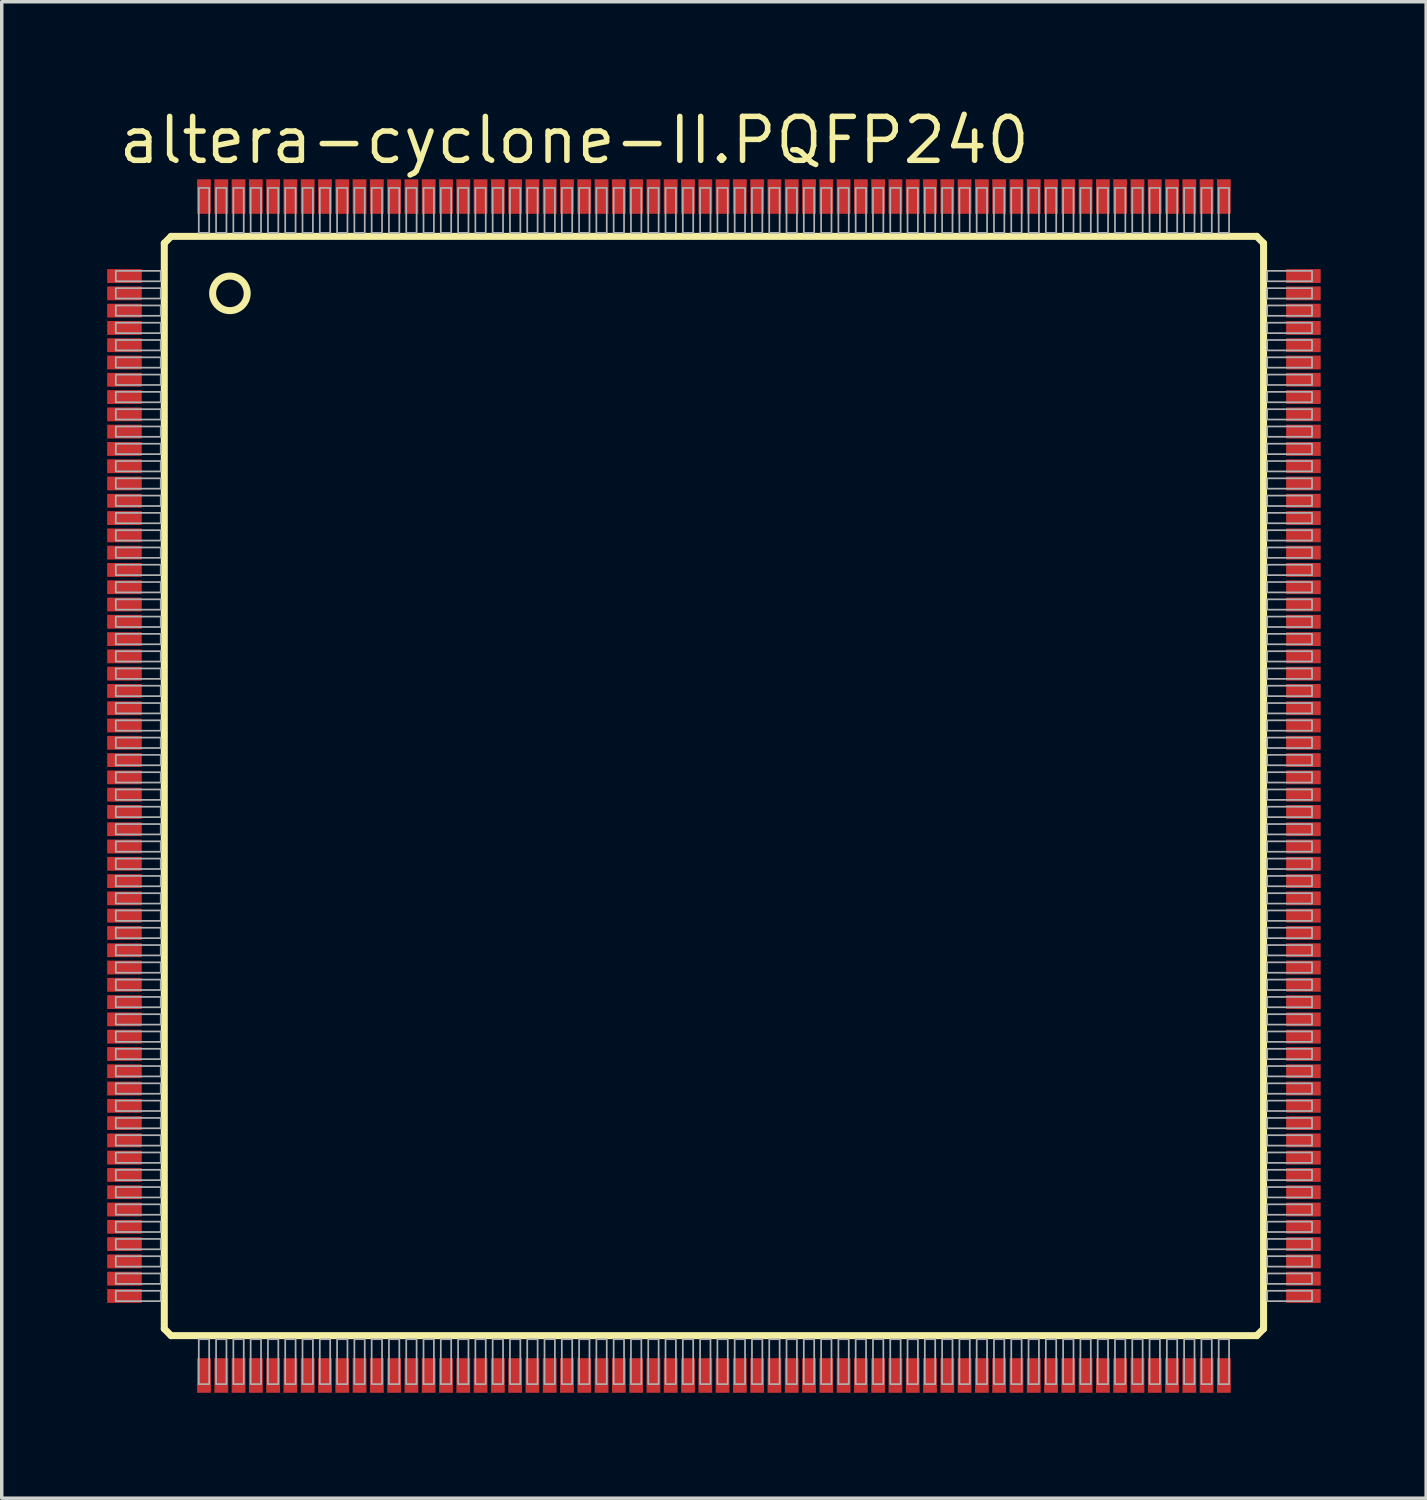
<source format=kicad_pcb>
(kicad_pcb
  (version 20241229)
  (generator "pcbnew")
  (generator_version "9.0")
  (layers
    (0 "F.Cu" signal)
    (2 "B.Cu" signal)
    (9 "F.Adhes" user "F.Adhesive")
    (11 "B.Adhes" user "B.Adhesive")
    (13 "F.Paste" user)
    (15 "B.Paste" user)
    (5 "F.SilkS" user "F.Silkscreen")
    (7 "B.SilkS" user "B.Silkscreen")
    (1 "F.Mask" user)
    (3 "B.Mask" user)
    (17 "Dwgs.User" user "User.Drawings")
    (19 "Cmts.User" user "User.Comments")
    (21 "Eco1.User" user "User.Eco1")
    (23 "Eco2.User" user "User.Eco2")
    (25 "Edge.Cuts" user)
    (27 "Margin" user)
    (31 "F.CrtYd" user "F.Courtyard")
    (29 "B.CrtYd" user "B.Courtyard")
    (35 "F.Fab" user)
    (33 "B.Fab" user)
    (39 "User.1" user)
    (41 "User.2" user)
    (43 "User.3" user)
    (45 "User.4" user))
  (footprint "altera-cyclone-II.PQFP240"
    (layer "F.Cu")
    (at 17.6 19.685)
    (property "Reference" "altera-cyclone-II.PQFP240" (at -17.3 -17.935 0) (layer "F.SilkS") (effects (font (size 1.27 1.27) (thickness 0.16)) (justify left bottom)))
    (attr smd)
    (fp_rect (start -17.575 -14.525) (end -16.525 -14.975) (stroke (width 0.05) (type default)) (fill yes) (layer "F.Mask"))
    (fp_rect (start -17.575 -14.025) (end -16.525 -14.475) (stroke (width 0.05) (type default)) (fill yes) (layer "F.Mask"))
    (fp_rect (start -17.575 -13.525) (end -16.525 -13.975) (stroke (width 0.05) (type default)) (fill yes) (layer "F.Mask"))
    (fp_rect (start -17.575 -13.025) (end -16.525 -13.475) (stroke (width 0.05) (type default)) (fill yes) (layer "F.Mask"))
    (fp_rect (start -17.575 -12.525) (end -16.525 -12.975) (stroke (width 0.05) (type default)) (fill yes) (layer "F.Mask"))
    (fp_rect (start -17.575 -12.025) (end -16.525 -12.475) (stroke (width 0.05) (type default)) (fill yes) (layer "F.Mask"))
    (fp_rect (start -17.575 -11.525) (end -16.525 -11.975) (stroke (width 0.05) (type default)) (fill yes) (layer "F.Mask"))
    (fp_rect (start -17.575 -11.025) (end -16.525 -11.475) (stroke (width 0.05) (type default)) (fill yes) (layer "F.Mask"))
    (fp_rect (start -17.575 -10.525) (end -16.525 -10.975) (stroke (width 0.05) (type default)) (fill yes) (layer "F.Mask"))
    (fp_rect (start -17.575 -10.025) (end -16.525 -10.475) (stroke (width 0.05) (type default)) (fill yes) (layer "F.Mask"))
    (fp_rect (start -17.575 -9.525) (end -16.525 -9.975) (stroke (width 0.05) (type default)) (fill yes) (layer "F.Mask"))
    (fp_rect (start -17.575 -9.025) (end -16.525 -9.475) (stroke (width 0.05) (type default)) (fill yes) (layer "F.Mask"))
    (fp_rect (start -17.575 -8.525) (end -16.525 -8.975) (stroke (width 0.05) (type default)) (fill yes) (layer "F.Mask"))
    (fp_rect (start -17.575 -8.025) (end -16.525 -8.475) (stroke (width 0.05) (type default)) (fill yes) (layer "F.Mask"))
    (fp_rect (start -17.575 -7.525) (end -16.525 -7.975) (stroke (width 0.05) (type default)) (fill yes) (layer "F.Mask"))
    (fp_rect (start -17.575 -7.025) (end -16.525 -7.475) (stroke (width 0.05) (type default)) (fill yes) (layer "F.Mask"))
    (fp_rect (start -17.575 -6.525) (end -16.525 -6.975) (stroke (width 0.05) (type default)) (fill yes) (layer "F.Mask"))
    (fp_rect (start -17.575 -6.025) (end -16.525 -6.475) (stroke (width 0.05) (type default)) (fill yes) (layer "F.Mask"))
    (fp_rect (start -17.575 -5.525) (end -16.525 -5.975) (stroke (width 0.05) (type default)) (fill yes) (layer "F.Mask"))
    (fp_rect (start -17.575 -5.025) (end -16.525 -5.475) (stroke (width 0.05) (type default)) (fill yes) (layer "F.Mask"))
    (fp_rect (start -17.575 -4.525) (end -16.525 -4.975) (stroke (width 0.05) (type default)) (fill yes) (layer "F.Mask"))
    (fp_rect (start -17.575 -4.025) (end -16.525 -4.475) (stroke (width 0.05) (type default)) (fill yes) (layer "F.Mask"))
    (fp_rect (start -17.575 -3.525) (end -16.525 -3.975) (stroke (width 0.05) (type default)) (fill yes) (layer "F.Mask"))
    (fp_rect (start -17.575 -3.025) (end -16.525 -3.475) (stroke (width 0.05) (type default)) (fill yes) (layer "F.Mask"))
    (fp_rect (start -17.575 -2.525) (end -16.525 -2.975) (stroke (width 0.05) (type default)) (fill yes) (layer "F.Mask"))
    (fp_rect (start -17.575 -2.025) (end -16.525 -2.475) (stroke (width 0.05) (type default)) (fill yes) (layer "F.Mask"))
    (fp_rect (start -17.575 -1.525) (end -16.525 -1.975) (stroke (width 0.05) (type default)) (fill yes) (layer "F.Mask"))
    (fp_rect (start -17.575 -1.025) (end -16.525 -1.475) (stroke (width 0.05) (type default)) (fill yes) (layer "F.Mask"))
    (fp_rect (start -17.575 -0.525) (end -16.525 -0.975) (stroke (width 0.05) (type default)) (fill yes) (layer "F.Mask"))
    (fp_rect (start -17.575 -0.025) (end -16.525 -0.475) (stroke (width 0.05) (type default)) (fill yes) (layer "F.Mask"))
    (fp_rect (start -17.575 0.475) (end -16.525 0.025) (stroke (width 0.05) (type default)) (fill yes) (layer "F.Mask"))
    (fp_rect (start -17.575 0.975) (end -16.525 0.525) (stroke (width 0.05) (type default)) (fill yes) (layer "F.Mask"))
    (fp_rect (start -17.575 1.475) (end -16.525 1.025) (stroke (width 0.05) (type default)) (fill yes) (layer "F.Mask"))
    (fp_rect (start -17.575 1.975) (end -16.525 1.525) (stroke (width 0.05) (type default)) (fill yes) (layer "F.Mask"))
    (fp_rect (start -17.575 2.475) (end -16.525 2.025) (stroke (width 0.05) (type default)) (fill yes) (layer "F.Mask"))
    (fp_rect (start -17.575 2.975) (end -16.525 2.525) (stroke (width 0.05) (type default)) (fill yes) (layer "F.Mask"))
    (fp_rect (start -17.575 3.475) (end -16.525 3.025) (stroke (width 0.05) (type default)) (fill yes) (layer "F.Mask"))
    (fp_rect (start -17.575 3.975) (end -16.525 3.525) (stroke (width 0.05) (type default)) (fill yes) (layer "F.Mask"))
    (fp_rect (start -17.575 4.475) (end -16.525 4.025) (stroke (width 0.05) (type default)) (fill yes) (layer "F.Mask"))
    (fp_rect (start -17.575 4.975) (end -16.525 4.525) (stroke (width 0.05) (type default)) (fill yes) (layer "F.Mask"))
    (fp_rect (start -17.575 5.475) (end -16.525 5.025) (stroke (width 0.05) (type default)) (fill yes) (layer "F.Mask"))
    (fp_rect (start -17.575 5.975) (end -16.525 5.525) (stroke (width 0.05) (type default)) (fill yes) (layer "F.Mask"))
    (fp_rect (start -17.575 6.475) (end -16.525 6.025) (stroke (width 0.05) (type default)) (fill yes) (layer "F.Mask"))
    (fp_rect (start -17.575 6.975) (end -16.525 6.525) (stroke (width 0.05) (type default)) (fill yes) (layer "F.Mask"))
    (fp_rect (start -17.575 7.475) (end -16.525 7.025) (stroke (width 0.05) (type default)) (fill yes) (layer "F.Mask"))
    (fp_rect (start -17.575 7.975) (end -16.525 7.525) (stroke (width 0.05) (type default)) (fill yes) (layer "F.Mask"))
    (fp_rect (start -17.575 8.475) (end -16.525 8.025) (stroke (width 0.05) (type default)) (fill yes) (layer "F.Mask"))
    (fp_rect (start -17.575 8.975) (end -16.525 8.525) (stroke (width 0.05) (type default)) (fill yes) (layer "F.Mask"))
    (fp_rect (start -17.575 9.475) (end -16.525 9.025) (stroke (width 0.05) (type default)) (fill yes) (layer "F.Mask"))
    (fp_rect (start -17.575 9.975) (end -16.525 9.525) (stroke (width 0.05) (type default)) (fill yes) (layer "F.Mask"))
    (fp_rect (start -17.575 10.475) (end -16.525 10.025) (stroke (width 0.05) (type default)) (fill yes) (layer "F.Mask"))
    (fp_rect (start -17.575 10.975) (end -16.525 10.525) (stroke (width 0.05) (type default)) (fill yes) (layer "F.Mask"))
    (fp_rect (start -17.575 11.475) (end -16.525 11.025) (stroke (width 0.05) (type default)) (fill yes) (layer "F.Mask"))
    (fp_rect (start -17.575 11.975) (end -16.525 11.525) (stroke (width 0.05) (type default)) (fill yes) (layer "F.Mask"))
    (fp_rect (start -17.575 12.475) (end -16.525 12.025) (stroke (width 0.05) (type default)) (fill yes) (layer "F.Mask"))
    (fp_rect (start -17.575 12.975) (end -16.525 12.525) (stroke (width 0.05) (type default)) (fill yes) (layer "F.Mask"))
    (fp_rect (start -17.575 13.475) (end -16.525 13.025) (stroke (width 0.05) (type default)) (fill yes) (layer "F.Mask"))
    (fp_rect (start -17.575 13.975) (end -16.525 13.525) (stroke (width 0.05) (type default)) (fill yes) (layer "F.Mask"))
    (fp_rect (start -17.575 14.475) (end -16.525 14.025) (stroke (width 0.05) (type default)) (fill yes) (layer "F.Mask"))
    (fp_rect (start -17.575 14.975) (end -16.525 14.525) (stroke (width 0.05) (type default)) (fill yes) (layer "F.Mask"))
    (fp_rect (start -14.975 -16.525) (end -14.525 -17.575) (stroke (width 0.05) (type default)) (fill yes) (layer "F.Mask"))
    (fp_rect (start -14.975 17.575) (end -14.525 16.525) (stroke (width 0.05) (type default)) (fill yes) (layer "F.Mask"))
    (fp_rect (start -14.475 -16.525) (end -14.025 -17.575) (stroke (width 0.05) (type default)) (fill yes) (layer "F.Mask"))
    (fp_rect (start -14.475 17.575) (end -14.025 16.525) (stroke (width 0.05) (type default)) (fill yes) (layer "F.Mask"))
    (fp_rect (start -13.975 -16.525) (end -13.525 -17.575) (stroke (width 0.05) (type default)) (fill yes) (layer "F.Mask"))
    (fp_rect (start -13.975 17.575) (end -13.525 16.525) (stroke (width 0.05) (type default)) (fill yes) (layer "F.Mask"))
    (fp_rect (start -13.475 -16.525) (end -13.025 -17.575) (stroke (width 0.05) (type default)) (fill yes) (layer "F.Mask"))
    (fp_rect (start -13.475 17.575) (end -13.025 16.525) (stroke (width 0.05) (type default)) (fill yes) (layer "F.Mask"))
    (fp_rect (start -12.975 -16.525) (end -12.525 -17.575) (stroke (width 0.05) (type default)) (fill yes) (layer "F.Mask"))
    (fp_rect (start -12.975 17.575) (end -12.525 16.525) (stroke (width 0.05) (type default)) (fill yes) (layer "F.Mask"))
    (fp_rect (start -12.475 -16.525) (end -12.025 -17.575) (stroke (width 0.05) (type default)) (fill yes) (layer "F.Mask"))
    (fp_rect (start -12.475 17.575) (end -12.025 16.525) (stroke (width 0.05) (type default)) (fill yes) (layer "F.Mask"))
    (fp_rect (start -11.975 -16.525) (end -11.525 -17.575) (stroke (width 0.05) (type default)) (fill yes) (layer "F.Mask"))
    (fp_rect (start -11.975 17.575) (end -11.525 16.525) (stroke (width 0.05) (type default)) (fill yes) (layer "F.Mask"))
    (fp_rect (start -11.475 -16.525) (end -11.025 -17.575) (stroke (width 0.05) (type default)) (fill yes) (layer "F.Mask"))
    (fp_rect (start -11.475 17.575) (end -11.025 16.525) (stroke (width 0.05) (type default)) (fill yes) (layer "F.Mask"))
    (fp_rect (start -10.975 -16.525) (end -10.525 -17.575) (stroke (width 0.05) (type default)) (fill yes) (layer "F.Mask"))
    (fp_rect (start -10.975 17.575) (end -10.525 16.525) (stroke (width 0.05) (type default)) (fill yes) (layer "F.Mask"))
    (fp_rect (start -10.475 -16.525) (end -10.025 -17.575) (stroke (width 0.05) (type default)) (fill yes) (layer "F.Mask"))
    (fp_rect (start -10.475 17.575) (end -10.025 16.525) (stroke (width 0.05) (type default)) (fill yes) (layer "F.Mask"))
    (fp_rect (start -9.975 -16.525) (end -9.525 -17.575) (stroke (width 0.05) (type default)) (fill yes) (layer "F.Mask"))
    (fp_rect (start -9.975 17.575) (end -9.525 16.525) (stroke (width 0.05) (type default)) (fill yes) (layer "F.Mask"))
    (fp_rect (start -9.475 -16.525) (end -9.025 -17.575) (stroke (width 0.05) (type default)) (fill yes) (layer "F.Mask"))
    (fp_rect (start -9.475 17.575) (end -9.025 16.525) (stroke (width 0.05) (type default)) (fill yes) (layer "F.Mask"))
    (fp_rect (start -8.975 -16.525) (end -8.525 -17.575) (stroke (width 0.05) (type default)) (fill yes) (layer "F.Mask"))
    (fp_rect (start -8.975 17.575) (end -8.525 16.525) (stroke (width 0.05) (type default)) (fill yes) (layer "F.Mask"))
    (fp_rect (start -8.475 -16.525) (end -8.025 -17.575) (stroke (width 0.05) (type default)) (fill yes) (layer "F.Mask"))
    (fp_rect (start -8.475 17.575) (end -8.025 16.525) (stroke (width 0.05) (type default)) (fill yes) (layer "F.Mask"))
    (fp_rect (start -7.975 -16.525) (end -7.525 -17.575) (stroke (width 0.05) (type default)) (fill yes) (layer "F.Mask"))
    (fp_rect (start -7.975 17.575) (end -7.525 16.525) (stroke (width 0.05) (type default)) (fill yes) (layer "F.Mask"))
    (fp_rect (start -7.475 -16.525) (end -7.025 -17.575) (stroke (width 0.05) (type default)) (fill yes) (layer "F.Mask"))
    (fp_rect (start -7.475 17.575) (end -7.025 16.525) (stroke (width 0.05) (type default)) (fill yes) (layer "F.Mask"))
    (fp_rect (start -6.975 -16.525) (end -6.525 -17.575) (stroke (width 0.05) (type default)) (fill yes) (layer "F.Mask"))
    (fp_rect (start -6.975 17.575) (end -6.525 16.525) (stroke (width 0.05) (type default)) (fill yes) (layer "F.Mask"))
    (fp_rect (start -6.475 -16.525) (end -6.025 -17.575) (stroke (width 0.05) (type default)) (fill yes) (layer "F.Mask"))
    (fp_rect (start -6.475 17.575) (end -6.025 16.525) (stroke (width 0.05) (type default)) (fill yes) (layer "F.Mask"))
    (fp_rect (start -5.975 -16.525) (end -5.525 -17.575) (stroke (width 0.05) (type default)) (fill yes) (layer "F.Mask"))
    (fp_rect (start -5.975 17.575) (end -5.525 16.525) (stroke (width 0.05) (type default)) (fill yes) (layer "F.Mask"))
    (fp_rect (start -5.475 -16.525) (end -5.025 -17.575) (stroke (width 0.05) (type default)) (fill yes) (layer "F.Mask"))
    (fp_rect (start -5.475 17.575) (end -5.025 16.525) (stroke (width 0.05) (type default)) (fill yes) (layer "F.Mask"))
    (fp_rect (start -4.975 -16.525) (end -4.525 -17.575) (stroke (width 0.05) (type default)) (fill yes) (layer "F.Mask"))
    (fp_rect (start -4.975 17.575) (end -4.525 16.525) (stroke (width 0.05) (type default)) (fill yes) (layer "F.Mask"))
    (fp_rect (start -4.475 -16.525) (end -4.025 -17.575) (stroke (width 0.05) (type default)) (fill yes) (layer "F.Mask"))
    (fp_rect (start -4.475 17.575) (end -4.025 16.525) (stroke (width 0.05) (type default)) (fill yes) (layer "F.Mask"))
    (fp_rect (start -3.975 -16.525) (end -3.525 -17.575) (stroke (width 0.05) (type default)) (fill yes) (layer "F.Mask"))
    (fp_rect (start -3.975 17.575) (end -3.525 16.525) (stroke (width 0.05) (type default)) (fill yes) (layer "F.Mask"))
    (fp_rect (start -3.475 -16.525) (end -3.025 -17.575) (stroke (width 0.05) (type default)) (fill yes) (layer "F.Mask"))
    (fp_rect (start -3.475 17.575) (end -3.025 16.525) (stroke (width 0.05) (type default)) (fill yes) (layer "F.Mask"))
    (fp_rect (start -2.975 -16.525) (end -2.525 -17.575) (stroke (width 0.05) (type default)) (fill yes) (layer "F.Mask"))
    (fp_rect (start -2.975 17.575) (end -2.525 16.525) (stroke (width 0.05) (type default)) (fill yes) (layer "F.Mask"))
    (fp_rect (start -2.475 -16.525) (end -2.025 -17.575) (stroke (width 0.05) (type default)) (fill yes) (layer "F.Mask"))
    (fp_rect (start -2.475 17.575) (end -2.025 16.525) (stroke (width 0.05) (type default)) (fill yes) (layer "F.Mask"))
    (fp_rect (start -1.975 -16.525) (end -1.525 -17.575) (stroke (width 0.05) (type default)) (fill yes) (layer "F.Mask"))
    (fp_rect (start -1.975 17.575) (end -1.525 16.525) (stroke (width 0.05) (type default)) (fill yes) (layer "F.Mask"))
    (fp_rect (start -1.475 -16.525) (end -1.025 -17.575) (stroke (width 0.05) (type default)) (fill yes) (layer "F.Mask"))
    (fp_rect (start -1.475 17.575) (end -1.025 16.525) (stroke (width 0.05) (type default)) (fill yes) (layer "F.Mask"))
    (fp_rect (start -0.975 -16.525) (end -0.525 -17.575) (stroke (width 0.05) (type default)) (fill yes) (layer "F.Mask"))
    (fp_rect (start -0.975 17.575) (end -0.525 16.525) (stroke (width 0.05) (type default)) (fill yes) (layer "F.Mask"))
    (fp_rect (start -0.475 -16.525) (end -0.025 -17.575) (stroke (width 0.05) (type default)) (fill yes) (layer "F.Mask"))
    (fp_rect (start -0.475 17.575) (end -0.025 16.525) (stroke (width 0.05) (type default)) (fill yes) (layer "F.Mask"))
    (fp_rect (start 0.025 -16.525) (end 0.475 -17.575) (stroke (width 0.05) (type default)) (fill yes) (layer "F.Mask"))
    (fp_rect (start 0.025 17.575) (end 0.475 16.525) (stroke (width 0.05) (type default)) (fill yes) (layer "F.Mask"))
    (fp_rect (start 0.525 -16.525) (end 0.975 -17.575) (stroke (width 0.05) (type default)) (fill yes) (layer "F.Mask"))
    (fp_rect (start 0.525 17.575) (end 0.975 16.525) (stroke (width 0.05) (type default)) (fill yes) (layer "F.Mask"))
    (fp_rect (start 1.025 -16.525) (end 1.475 -17.575) (stroke (width 0.05) (type default)) (fill yes) (layer "F.Mask"))
    (fp_rect (start 1.025 17.575) (end 1.475 16.525) (stroke (width 0.05) (type default)) (fill yes) (layer "F.Mask"))
    (fp_rect (start 1.525 -16.525) (end 1.975 -17.575) (stroke (width 0.05) (type default)) (fill yes) (layer "F.Mask"))
    (fp_rect (start 1.525 17.575) (end 1.975 16.525) (stroke (width 0.05) (type default)) (fill yes) (layer "F.Mask"))
    (fp_rect (start 2.025 -16.525) (end 2.475 -17.575) (stroke (width 0.05) (type default)) (fill yes) (layer "F.Mask"))
    (fp_rect (start 2.025 17.575) (end 2.475 16.525) (stroke (width 0.05) (type default)) (fill yes) (layer "F.Mask"))
    (fp_rect (start 2.525 -16.525) (end 2.975 -17.575) (stroke (width 0.05) (type default)) (fill yes) (layer "F.Mask"))
    (fp_rect (start 2.525 17.575) (end 2.975 16.525) (stroke (width 0.05) (type default)) (fill yes) (layer "F.Mask"))
    (fp_rect (start 3.025 -16.525) (end 3.475 -17.575) (stroke (width 0.05) (type default)) (fill yes) (layer "F.Mask"))
    (fp_rect (start 3.025 17.575) (end 3.475 16.525) (stroke (width 0.05) (type default)) (fill yes) (layer "F.Mask"))
    (fp_rect (start 3.525 -16.525) (end 3.975 -17.575) (stroke (width 0.05) (type default)) (fill yes) (layer "F.Mask"))
    (fp_rect (start 3.525 17.575) (end 3.975 16.525) (stroke (width 0.05) (type default)) (fill yes) (layer "F.Mask"))
    (fp_rect (start 4.025 -16.525) (end 4.475 -17.575) (stroke (width 0.05) (type default)) (fill yes) (layer "F.Mask"))
    (fp_rect (start 4.025 17.575) (end 4.475 16.525) (stroke (width 0.05) (type default)) (fill yes) (layer "F.Mask"))
    (fp_rect (start 4.525 -16.525) (end 4.975 -17.575) (stroke (width 0.05) (type default)) (fill yes) (layer "F.Mask"))
    (fp_rect (start 4.525 17.575) (end 4.975 16.525) (stroke (width 0.05) (type default)) (fill yes) (layer "F.Mask"))
    (fp_rect (start 5.025 -16.525) (end 5.475 -17.575) (stroke (width 0.05) (type default)) (fill yes) (layer "F.Mask"))
    (fp_rect (start 5.025 17.575) (end 5.475 16.525) (stroke (width 0.05) (type default)) (fill yes) (layer "F.Mask"))
    (fp_rect (start 5.525 -16.525) (end 5.975 -17.575) (stroke (width 0.05) (type default)) (fill yes) (layer "F.Mask"))
    (fp_rect (start 5.525 17.575) (end 5.975 16.525) (stroke (width 0.05) (type default)) (fill yes) (layer "F.Mask"))
    (fp_rect (start 6.025 -16.525) (end 6.475 -17.575) (stroke (width 0.05) (type default)) (fill yes) (layer "F.Mask"))
    (fp_rect (start 6.025 17.575) (end 6.475 16.525) (stroke (width 0.05) (type default)) (fill yes) (layer "F.Mask"))
    (fp_rect (start 6.525 -16.525) (end 6.975 -17.575) (stroke (width 0.05) (type default)) (fill yes) (layer "F.Mask"))
    (fp_rect (start 6.525 17.575) (end 6.975 16.525) (stroke (width 0.05) (type default)) (fill yes) (layer "F.Mask"))
    (fp_rect (start 7.025 -16.525) (end 7.475 -17.575) (stroke (width 0.05) (type default)) (fill yes) (layer "F.Mask"))
    (fp_rect (start 7.025 17.575) (end 7.475 16.525) (stroke (width 0.05) (type default)) (fill yes) (layer "F.Mask"))
    (fp_rect (start 7.525 -16.525) (end 7.975 -17.575) (stroke (width 0.05) (type default)) (fill yes) (layer "F.Mask"))
    (fp_rect (start 7.525 17.575) (end 7.975 16.525) (stroke (width 0.05) (type default)) (fill yes) (layer "F.Mask"))
    (fp_rect (start 8.025 -16.525) (end 8.475 -17.575) (stroke (width 0.05) (type default)) (fill yes) (layer "F.Mask"))
    (fp_rect (start 8.025 17.575) (end 8.475 16.525) (stroke (width 0.05) (type default)) (fill yes) (layer "F.Mask"))
    (fp_rect (start 8.525 -16.525) (end 8.975 -17.575) (stroke (width 0.05) (type default)) (fill yes) (layer "F.Mask"))
    (fp_rect (start 8.525 17.575) (end 8.975 16.525) (stroke (width 0.05) (type default)) (fill yes) (layer "F.Mask"))
    (fp_rect (start 9.025 -16.525) (end 9.475 -17.575) (stroke (width 0.05) (type default)) (fill yes) (layer "F.Mask"))
    (fp_rect (start 9.025 17.575) (end 9.475 16.525) (stroke (width 0.05) (type default)) (fill yes) (layer "F.Mask"))
    (fp_rect (start 9.525 -16.525) (end 9.975 -17.575) (stroke (width 0.05) (type default)) (fill yes) (layer "F.Mask"))
    (fp_rect (start 9.525 17.575) (end 9.975 16.525) (stroke (width 0.05) (type default)) (fill yes) (layer "F.Mask"))
    (fp_rect (start 10.025 -16.525) (end 10.475 -17.575) (stroke (width 0.05) (type default)) (fill yes) (layer "F.Mask"))
    (fp_rect (start 10.025 17.575) (end 10.475 16.525) (stroke (width 0.05) (type default)) (fill yes) (layer "F.Mask"))
    (fp_rect (start 10.525 -16.525) (end 10.975 -17.575) (stroke (width 0.05) (type default)) (fill yes) (layer "F.Mask"))
    (fp_rect (start 10.525 17.575) (end 10.975 16.525) (stroke (width 0.05) (type default)) (fill yes) (layer "F.Mask"))
    (fp_rect (start 11.025 -16.525) (end 11.475 -17.575) (stroke (width 0.05) (type default)) (fill yes) (layer "F.Mask"))
    (fp_rect (start 11.025 17.575) (end 11.475 16.525) (stroke (width 0.05) (type default)) (fill yes) (layer "F.Mask"))
    (fp_rect (start 11.525 -16.525) (end 11.975 -17.575) (stroke (width 0.05) (type default)) (fill yes) (layer "F.Mask"))
    (fp_rect (start 11.525 17.575) (end 11.975 16.525) (stroke (width 0.05) (type default)) (fill yes) (layer "F.Mask"))
    (fp_rect (start 12.025 -16.525) (end 12.475 -17.575) (stroke (width 0.05) (type default)) (fill yes) (layer "F.Mask"))
    (fp_rect (start 12.025 17.575) (end 12.475 16.525) (stroke (width 0.05) (type default)) (fill yes) (layer "F.Mask"))
    (fp_rect (start 12.525 -16.525) (end 12.975 -17.575) (stroke (width 0.05) (type default)) (fill yes) (layer "F.Mask"))
    (fp_rect (start 12.525 17.575) (end 12.975 16.525) (stroke (width 0.05) (type default)) (fill yes) (layer "F.Mask"))
    (fp_rect (start 13.025 -16.525) (end 13.475 -17.575) (stroke (width 0.05) (type default)) (fill yes) (layer "F.Mask"))
    (fp_rect (start 13.025 17.575) (end 13.475 16.525) (stroke (width 0.05) (type default)) (fill yes) (layer "F.Mask"))
    (fp_rect (start 13.525 -16.525) (end 13.975 -17.575) (stroke (width 0.05) (type default)) (fill yes) (layer "F.Mask"))
    (fp_rect (start 13.525 17.575) (end 13.975 16.525) (stroke (width 0.05) (type default)) (fill yes) (layer "F.Mask"))
    (fp_rect (start 14.025 -16.525) (end 14.475 -17.575) (stroke (width 0.05) (type default)) (fill yes) (layer "F.Mask"))
    (fp_rect (start 14.025 17.575) (end 14.475 16.525) (stroke (width 0.05) (type default)) (fill yes) (layer "F.Mask"))
    (fp_rect (start 14.525 -16.525) (end 14.975 -17.575) (stroke (width 0.05) (type default)) (fill yes) (layer "F.Mask"))
    (fp_rect (start 14.525 17.575) (end 14.975 16.525) (stroke (width 0.05) (type default)) (fill yes) (layer "F.Mask"))
    (fp_rect (start 16.525 -14.525) (end 17.575 -14.975) (stroke (width 0.05) (type default)) (fill yes) (layer "F.Mask"))
    (fp_rect (start 16.525 -14.025) (end 17.575 -14.475) (stroke (width 0.05) (type default)) (fill yes) (layer "F.Mask"))
    (fp_rect (start 16.525 -13.525) (end 17.575 -13.975) (stroke (width 0.05) (type default)) (fill yes) (layer "F.Mask"))
    (fp_rect (start 16.525 -13.025) (end 17.575 -13.475) (stroke (width 0.05) (type default)) (fill yes) (layer "F.Mask"))
    (fp_rect (start 16.525 -12.525) (end 17.575 -12.975) (stroke (width 0.05) (type default)) (fill yes) (layer "F.Mask"))
    (fp_rect (start 16.525 -12.025) (end 17.575 -12.475) (stroke (width 0.05) (type default)) (fill yes) (layer "F.Mask"))
    (fp_rect (start 16.525 -11.525) (end 17.575 -11.975) (stroke (width 0.05) (type default)) (fill yes) (layer "F.Mask"))
    (fp_rect (start 16.525 -11.025) (end 17.575 -11.475) (stroke (width 0.05) (type default)) (fill yes) (layer "F.Mask"))
    (fp_rect (start 16.525 -10.525) (end 17.575 -10.975) (stroke (width 0.05) (type default)) (fill yes) (layer "F.Mask"))
    (fp_rect (start 16.525 -10.025) (end 17.575 -10.475) (stroke (width 0.05) (type default)) (fill yes) (layer "F.Mask"))
    (fp_rect (start 16.525 -9.525) (end 17.575 -9.975) (stroke (width 0.05) (type default)) (fill yes) (layer "F.Mask"))
    (fp_rect (start 16.525 -9.025) (end 17.575 -9.475) (stroke (width 0.05) (type default)) (fill yes) (layer "F.Mask"))
    (fp_rect (start 16.525 -8.525) (end 17.575 -8.975) (stroke (width 0.05) (type default)) (fill yes) (layer "F.Mask"))
    (fp_rect (start 16.525 -8.025) (end 17.575 -8.475) (stroke (width 0.05) (type default)) (fill yes) (layer "F.Mask"))
    (fp_rect (start 16.525 -7.525) (end 17.575 -7.975) (stroke (width 0.05) (type default)) (fill yes) (layer "F.Mask"))
    (fp_rect (start 16.525 -7.025) (end 17.575 -7.475) (stroke (width 0.05) (type default)) (fill yes) (layer "F.Mask"))
    (fp_rect (start 16.525 -6.525) (end 17.575 -6.975) (stroke (width 0.05) (type default)) (fill yes) (layer "F.Mask"))
    (fp_rect (start 16.525 -6.025) (end 17.575 -6.475) (stroke (width 0.05) (type default)) (fill yes) (layer "F.Mask"))
    (fp_rect (start 16.525 -5.525) (end 17.575 -5.975) (stroke (width 0.05) (type default)) (fill yes) (layer "F.Mask"))
    (fp_rect (start 16.525 -5.025) (end 17.575 -5.475) (stroke (width 0.05) (type default)) (fill yes) (layer "F.Mask"))
    (fp_rect (start 16.525 -4.525) (end 17.575 -4.975) (stroke (width 0.05) (type default)) (fill yes) (layer "F.Mask"))
    (fp_rect (start 16.525 -4.025) (end 17.575 -4.475) (stroke (width 0.05) (type default)) (fill yes) (layer "F.Mask"))
    (fp_rect (start 16.525 -3.525) (end 17.575 -3.975) (stroke (width 0.05) (type default)) (fill yes) (layer "F.Mask"))
    (fp_rect (start 16.525 -3.025) (end 17.575 -3.475) (stroke (width 0.05) (type default)) (fill yes) (layer "F.Mask"))
    (fp_rect (start 16.525 -2.525) (end 17.575 -2.975) (stroke (width 0.05) (type default)) (fill yes) (layer "F.Mask"))
    (fp_rect (start 16.525 -2.025) (end 17.575 -2.475) (stroke (width 0.05) (type default)) (fill yes) (layer "F.Mask"))
    (fp_rect (start 16.525 -1.525) (end 17.575 -1.975) (stroke (width 0.05) (type default)) (fill yes) (layer "F.Mask"))
    (fp_rect (start 16.525 -1.025) (end 17.575 -1.475) (stroke (width 0.05) (type default)) (fill yes) (layer "F.Mask"))
    (fp_rect (start 16.525 -0.525) (end 17.575 -0.975) (stroke (width 0.05) (type default)) (fill yes) (layer "F.Mask"))
    (fp_rect (start 16.525 -0.025) (end 17.575 -0.475) (stroke (width 0.05) (type default)) (fill yes) (layer "F.Mask"))
    (fp_rect (start 16.525 0.475) (end 17.575 0.025) (stroke (width 0.05) (type default)) (fill yes) (layer "F.Mask"))
    (fp_rect (start 16.525 0.975) (end 17.575 0.525) (stroke (width 0.05) (type default)) (fill yes) (layer "F.Mask"))
    (fp_rect (start 16.525 1.475) (end 17.575 1.025) (stroke (width 0.05) (type default)) (fill yes) (layer "F.Mask"))
    (fp_rect (start 16.525 1.975) (end 17.575 1.525) (stroke (width 0.05) (type default)) (fill yes) (layer "F.Mask"))
    (fp_rect (start 16.525 2.475) (end 17.575 2.025) (stroke (width 0.05) (type default)) (fill yes) (layer "F.Mask"))
    (fp_rect (start 16.525 2.975) (end 17.575 2.525) (stroke (width 0.05) (type default)) (fill yes) (layer "F.Mask"))
    (fp_rect (start 16.525 3.475) (end 17.575 3.025) (stroke (width 0.05) (type default)) (fill yes) (layer "F.Mask"))
    (fp_rect (start 16.525 3.975) (end 17.575 3.525) (stroke (width 0.05) (type default)) (fill yes) (layer "F.Mask"))
    (fp_rect (start 16.525 4.475) (end 17.575 4.025) (stroke (width 0.05) (type default)) (fill yes) (layer "F.Mask"))
    (fp_rect (start 16.525 4.975) (end 17.575 4.525) (stroke (width 0.05) (type default)) (fill yes) (layer "F.Mask"))
    (fp_rect (start 16.525 5.475) (end 17.575 5.025) (stroke (width 0.05) (type default)) (fill yes) (layer "F.Mask"))
    (fp_rect (start 16.525 5.975) (end 17.575 5.525) (stroke (width 0.05) (type default)) (fill yes) (layer "F.Mask"))
    (fp_rect (start 16.525 6.475) (end 17.575 6.025) (stroke (width 0.05) (type default)) (fill yes) (layer "F.Mask"))
    (fp_rect (start 16.525 6.975) (end 17.575 6.525) (stroke (width 0.05) (type default)) (fill yes) (layer "F.Mask"))
    (fp_rect (start 16.525 7.475) (end 17.575 7.025) (stroke (width 0.05) (type default)) (fill yes) (layer "F.Mask"))
    (fp_rect (start 16.525 7.975) (end 17.575 7.525) (stroke (width 0.05) (type default)) (fill yes) (layer "F.Mask"))
    (fp_rect (start 16.525 8.475) (end 17.575 8.025) (stroke (width 0.05) (type default)) (fill yes) (layer "F.Mask"))
    (fp_rect (start 16.525 8.975) (end 17.575 8.525) (stroke (width 0.05) (type default)) (fill yes) (layer "F.Mask"))
    (fp_rect (start 16.525 9.475) (end 17.575 9.025) (stroke (width 0.05) (type default)) (fill yes) (layer "F.Mask"))
    (fp_rect (start 16.525 9.975) (end 17.575 9.525) (stroke (width 0.05) (type default)) (fill yes) (layer "F.Mask"))
    (fp_rect (start 16.525 10.475) (end 17.575 10.025) (stroke (width 0.05) (type default)) (fill yes) (layer "F.Mask"))
    (fp_rect (start 16.525 10.975) (end 17.575 10.525) (stroke (width 0.05) (type default)) (fill yes) (layer "F.Mask"))
    (fp_rect (start 16.525 11.475) (end 17.575 11.025) (stroke (width 0.05) (type default)) (fill yes) (layer "F.Mask"))
    (fp_rect (start 16.525 11.975) (end 17.575 11.525) (stroke (width 0.05) (type default)) (fill yes) (layer "F.Mask"))
    (fp_rect (start 16.525 12.475) (end 17.575 12.025) (stroke (width 0.05) (type default)) (fill yes) (layer "F.Mask"))
    (fp_rect (start 16.525 12.975) (end 17.575 12.525) (stroke (width 0.05) (type default)) (fill yes) (layer "F.Mask"))
    (fp_rect (start 16.525 13.475) (end 17.575 13.025) (stroke (width 0.05) (type default)) (fill yes) (layer "F.Mask"))
    (fp_rect (start 16.525 13.975) (end 17.575 13.525) (stroke (width 0.05) (type default)) (fill yes) (layer "F.Mask"))
    (fp_rect (start 16.525 14.475) (end 17.575 14.025) (stroke (width 0.05) (type default)) (fill yes) (layer "F.Mask"))
    (fp_rect (start 16.525 14.975) (end 17.575 14.525) (stroke (width 0.05) (type default)) (fill yes) (layer "F.Mask"))
    (fp_line (start -15.898 -15.7) (end -15.898 15.7) (stroke (width 0.203) (type default)) (layer "F.SilkS"))
    (fp_line (start -15.898 -15.7) (end -15.7 -15.898) (stroke (width 0.203) (type default)) (layer "F.SilkS"))
    (fp_line (start -15.7 15.898) (end -15.898 15.7) (stroke (width 0.203) (type default)) (layer "F.SilkS"))
    (fp_line (start -15.7 15.898) (end 15.7 15.898) (stroke (width 0.203) (type default)) (layer "F.SilkS"))
    (fp_line (start 15.7 -15.898) (end -15.7 -15.898) (stroke (width 0.203) (type default)) (layer "F.SilkS"))
    (fp_line (start 15.7 -15.898) (end 15.898 -15.7) (stroke (width 0.203) (type default)) (layer "F.SilkS"))
    (fp_line (start 15.898 15.7) (end 15.7 15.898) (stroke (width 0.203) (type default)) (layer "F.SilkS"))
    (fp_line (start 15.898 15.7) (end 15.898 -15.7) (stroke (width 0.203) (type default)) (layer "F.SilkS"))
    (fp_circle (center -14 -14.25) (end -13.5 -14.25) (stroke (width 0.203) (type default)) (fill no) (layer "F.SilkS"))
    (fp_rect (start -17.3 -14.6) (end -16 -14.9) (stroke (width 0.05) (type default)) (fill no) (layer "F.Fab"))
    (fp_rect (start -17.3 -14.1) (end -16 -14.4) (stroke (width 0.05) (type default)) (fill no) (layer "F.Fab"))
    (fp_rect (start -17.3 -13.6) (end -16 -13.9) (stroke (width 0.05) (type default)) (fill no) (layer "F.Fab"))
    (fp_rect (start -17.3 -13.1) (end -16 -13.4) (stroke (width 0.05) (type default)) (fill no) (layer "F.Fab"))
    (fp_rect (start -17.3 -12.6) (end -16 -12.9) (stroke (width 0.05) (type default)) (fill no) (layer "F.Fab"))
    (fp_rect (start -17.3 -12.1) (end -16 -12.4) (stroke (width 0.05) (type default)) (fill no) (layer "F.Fab"))
    (fp_rect (start -17.3 -11.6) (end -16 -11.9) (stroke (width 0.05) (type default)) (fill no) (layer "F.Fab"))
    (fp_rect (start -17.3 -11.1) (end -16 -11.4) (stroke (width 0.05) (type default)) (fill no) (layer "F.Fab"))
    (fp_rect (start -17.3 -10.6) (end -16 -10.9) (stroke (width 0.05) (type default)) (fill no) (layer "F.Fab"))
    (fp_rect (start -17.3 -10.1) (end -16 -10.4) (stroke (width 0.05) (type default)) (fill no) (layer "F.Fab"))
    (fp_rect (start -17.3 -9.6) (end -16 -9.9) (stroke (width 0.05) (type default)) (fill no) (layer "F.Fab"))
    (fp_rect (start -17.3 -9.1) (end -16 -9.4) (stroke (width 0.05) (type default)) (fill no) (layer "F.Fab"))
    (fp_rect (start -17.3 -8.6) (end -16 -8.9) (stroke (width 0.05) (type default)) (fill no) (layer "F.Fab"))
    (fp_rect (start -17.3 -8.1) (end -16 -8.4) (stroke (width 0.05) (type default)) (fill no) (layer "F.Fab"))
    (fp_rect (start -17.3 -7.6) (end -16 -7.9) (stroke (width 0.05) (type default)) (fill no) (layer "F.Fab"))
    (fp_rect (start -17.3 -7.1) (end -16 -7.4) (stroke (width 0.05) (type default)) (fill no) (layer "F.Fab"))
    (fp_rect (start -17.3 -6.6) (end -16 -6.9) (stroke (width 0.05) (type default)) (fill no) (layer "F.Fab"))
    (fp_rect (start -17.3 -6.1) (end -16 -6.4) (stroke (width 0.05) (type default)) (fill no) (layer "F.Fab"))
    (fp_rect (start -17.3 -5.6) (end -16 -5.9) (stroke (width 0.05) (type default)) (fill no) (layer "F.Fab"))
    (fp_rect (start -17.3 -5.1) (end -16 -5.4) (stroke (width 0.05) (type default)) (fill no) (layer "F.Fab"))
    (fp_rect (start -17.3 -4.6) (end -16 -4.9) (stroke (width 0.05) (type default)) (fill no) (layer "F.Fab"))
    (fp_rect (start -17.3 -4.1) (end -16 -4.4) (stroke (width 0.05) (type default)) (fill no) (layer "F.Fab"))
    (fp_rect (start -17.3 -3.6) (end -16 -3.9) (stroke (width 0.05) (type default)) (fill no) (layer "F.Fab"))
    (fp_rect (start -17.3 -3.1) (end -16 -3.4) (stroke (width 0.05) (type default)) (fill no) (layer "F.Fab"))
    (fp_rect (start -17.3 -2.6) (end -16 -2.9) (stroke (width 0.05) (type default)) (fill no) (layer "F.Fab"))
    (fp_rect (start -17.3 -2.1) (end -16 -2.4) (stroke (width 0.05) (type default)) (fill no) (layer "F.Fab"))
    (fp_rect (start -17.3 -1.6) (end -16 -1.9) (stroke (width 0.05) (type default)) (fill no) (layer "F.Fab"))
    (fp_rect (start -17.3 -1.1) (end -16 -1.4) (stroke (width 0.05) (type default)) (fill no) (layer "F.Fab"))
    (fp_rect (start -17.3 -0.6) (end -16 -0.9) (stroke (width 0.05) (type default)) (fill no) (layer "F.Fab"))
    (fp_rect (start -17.3 -0.1) (end -16 -0.4) (stroke (width 0.05) (type default)) (fill no) (layer "F.Fab"))
    (fp_rect (start -17.3 0.4) (end -16 0.1) (stroke (width 0.05) (type default)) (fill no) (layer "F.Fab"))
    (fp_rect (start -17.3 0.9) (end -16 0.6) (stroke (width 0.05) (type default)) (fill no) (layer "F.Fab"))
    (fp_rect (start -17.3 1.4) (end -16 1.1) (stroke (width 0.05) (type default)) (fill no) (layer "F.Fab"))
    (fp_rect (start -17.3 1.9) (end -16 1.6) (stroke (width 0.05) (type default)) (fill no) (layer "F.Fab"))
    (fp_rect (start -17.3 2.4) (end -16 2.1) (stroke (width 0.05) (type default)) (fill no) (layer "F.Fab"))
    (fp_rect (start -17.3 2.9) (end -16 2.6) (stroke (width 0.05) (type default)) (fill no) (layer "F.Fab"))
    (fp_rect (start -17.3 3.4) (end -16 3.1) (stroke (width 0.05) (type default)) (fill no) (layer "F.Fab"))
    (fp_rect (start -17.3 3.9) (end -16 3.6) (stroke (width 0.05) (type default)) (fill no) (layer "F.Fab"))
    (fp_rect (start -17.3 4.4) (end -16 4.1) (stroke (width 0.05) (type default)) (fill no) (layer "F.Fab"))
    (fp_rect (start -17.3 4.9) (end -16 4.6) (stroke (width 0.05) (type default)) (fill no) (layer "F.Fab"))
    (fp_rect (start -17.3 5.4) (end -16 5.1) (stroke (width 0.05) (type default)) (fill no) (layer "F.Fab"))
    (fp_rect (start -17.3 5.9) (end -16 5.6) (stroke (width 0.05) (type default)) (fill no) (layer "F.Fab"))
    (fp_rect (start -17.3 6.4) (end -16 6.1) (stroke (width 0.05) (type default)) (fill no) (layer "F.Fab"))
    (fp_rect (start -17.3 6.9) (end -16 6.6) (stroke (width 0.05) (type default)) (fill no) (layer "F.Fab"))
    (fp_rect (start -17.3 7.4) (end -16 7.1) (stroke (width 0.05) (type default)) (fill no) (layer "F.Fab"))
    (fp_rect (start -17.3 7.9) (end -16 7.6) (stroke (width 0.05) (type default)) (fill no) (layer "F.Fab"))
    (fp_rect (start -17.3 8.4) (end -16 8.1) (stroke (width 0.05) (type default)) (fill no) (layer "F.Fab"))
    (fp_rect (start -17.3 8.9) (end -16 8.6) (stroke (width 0.05) (type default)) (fill no) (layer "F.Fab"))
    (fp_rect (start -17.3 9.4) (end -16 9.1) (stroke (width 0.05) (type default)) (fill no) (layer "F.Fab"))
    (fp_rect (start -17.3 9.9) (end -16 9.6) (stroke (width 0.05) (type default)) (fill no) (layer "F.Fab"))
    (fp_rect (start -17.3 10.4) (end -16 10.1) (stroke (width 0.05) (type default)) (fill no) (layer "F.Fab"))
    (fp_rect (start -17.3 10.9) (end -16 10.6) (stroke (width 0.05) (type default)) (fill no) (layer "F.Fab"))
    (fp_rect (start -17.3 11.4) (end -16 11.1) (stroke (width 0.05) (type default)) (fill no) (layer "F.Fab"))
    (fp_rect (start -17.3 11.9) (end -16 11.6) (stroke (width 0.05) (type default)) (fill no) (layer "F.Fab"))
    (fp_rect (start -17.3 12.4) (end -16 12.1) (stroke (width 0.05) (type default)) (fill no) (layer "F.Fab"))
    (fp_rect (start -17.3 12.9) (end -16 12.6) (stroke (width 0.05) (type default)) (fill no) (layer "F.Fab"))
    (fp_rect (start -17.3 13.4) (end -16 13.1) (stroke (width 0.05) (type default)) (fill no) (layer "F.Fab"))
    (fp_rect (start -17.3 13.9) (end -16 13.6) (stroke (width 0.05) (type default)) (fill no) (layer "F.Fab"))
    (fp_rect (start -17.3 14.4) (end -16 14.1) (stroke (width 0.05) (type default)) (fill no) (layer "F.Fab"))
    (fp_rect (start -17.3 14.9) (end -16 14.6) (stroke (width 0.05) (type default)) (fill no) (layer "F.Fab"))
    (fp_rect (start -14.9 -16) (end -14.6 -17.3) (stroke (width 0.05) (type default)) (fill no) (layer "F.Fab"))
    (fp_rect (start -14.9 17.3) (end -14.6 16) (stroke (width 0.05) (type default)) (fill no) (layer "F.Fab"))
    (fp_rect (start -14.4 -16) (end -14.1 -17.3) (stroke (width 0.05) (type default)) (fill no) (layer "F.Fab"))
    (fp_rect (start -14.4 17.3) (end -14.1 16) (stroke (width 0.05) (type default)) (fill no) (layer "F.Fab"))
    (fp_rect (start -13.9 -16) (end -13.6 -17.3) (stroke (width 0.05) (type default)) (fill no) (layer "F.Fab"))
    (fp_rect (start -13.9 17.3) (end -13.6 16) (stroke (width 0.05) (type default)) (fill no) (layer "F.Fab"))
    (fp_rect (start -13.4 -16) (end -13.1 -17.3) (stroke (width 0.05) (type default)) (fill no) (layer "F.Fab"))
    (fp_rect (start -13.4 17.3) (end -13.1 16) (stroke (width 0.05) (type default)) (fill no) (layer "F.Fab"))
    (fp_rect (start -12.9 -16) (end -12.6 -17.3) (stroke (width 0.05) (type default)) (fill no) (layer "F.Fab"))
    (fp_rect (start -12.9 17.3) (end -12.6 16) (stroke (width 0.05) (type default)) (fill no) (layer "F.Fab"))
    (fp_rect (start -12.4 -16) (end -12.1 -17.3) (stroke (width 0.05) (type default)) (fill no) (layer "F.Fab"))
    (fp_rect (start -12.4 17.3) (end -12.1 16) (stroke (width 0.05) (type default)) (fill no) (layer "F.Fab"))
    (fp_rect (start -11.9 -16) (end -11.6 -17.3) (stroke (width 0.05) (type default)) (fill no) (layer "F.Fab"))
    (fp_rect (start -11.9 17.3) (end -11.6 16) (stroke (width 0.05) (type default)) (fill no) (layer "F.Fab"))
    (fp_rect (start -11.4 -16) (end -11.1 -17.3) (stroke (width 0.05) (type default)) (fill no) (layer "F.Fab"))
    (fp_rect (start -11.4 17.3) (end -11.1 16) (stroke (width 0.05) (type default)) (fill no) (layer "F.Fab"))
    (fp_rect (start -10.9 -16) (end -10.6 -17.3) (stroke (width 0.05) (type default)) (fill no) (layer "F.Fab"))
    (fp_rect (start -10.9 17.3) (end -10.6 16) (stroke (width 0.05) (type default)) (fill no) (layer "F.Fab"))
    (fp_rect (start -10.4 -16) (end -10.1 -17.3) (stroke (width 0.05) (type default)) (fill no) (layer "F.Fab"))
    (fp_rect (start -10.4 17.3) (end -10.1 16) (stroke (width 0.05) (type default)) (fill no) (layer "F.Fab"))
    (fp_rect (start -9.9 -16) (end -9.6 -17.3) (stroke (width 0.05) (type default)) (fill no) (layer "F.Fab"))
    (fp_rect (start -9.9 17.3) (end -9.6 16) (stroke (width 0.05) (type default)) (fill no) (layer "F.Fab"))
    (fp_rect (start -9.4 -16) (end -9.1 -17.3) (stroke (width 0.05) (type default)) (fill no) (layer "F.Fab"))
    (fp_rect (start -9.4 17.3) (end -9.1 16) (stroke (width 0.05) (type default)) (fill no) (layer "F.Fab"))
    (fp_rect (start -8.9 -16) (end -8.6 -17.3) (stroke (width 0.05) (type default)) (fill no) (layer "F.Fab"))
    (fp_rect (start -8.9 17.3) (end -8.6 16) (stroke (width 0.05) (type default)) (fill no) (layer "F.Fab"))
    (fp_rect (start -8.4 -16) (end -8.1 -17.3) (stroke (width 0.05) (type default)) (fill no) (layer "F.Fab"))
    (fp_rect (start -8.4 17.3) (end -8.1 16) (stroke (width 0.05) (type default)) (fill no) (layer "F.Fab"))
    (fp_rect (start -7.9 -16) (end -7.6 -17.3) (stroke (width 0.05) (type default)) (fill no) (layer "F.Fab"))
    (fp_rect (start -7.9 17.3) (end -7.6 16) (stroke (width 0.05) (type default)) (fill no) (layer "F.Fab"))
    (fp_rect (start -7.4 -16) (end -7.1 -17.3) (stroke (width 0.05) (type default)) (fill no) (layer "F.Fab"))
    (fp_rect (start -7.4 17.3) (end -7.1 16) (stroke (width 0.05) (type default)) (fill no) (layer "F.Fab"))
    (fp_rect (start -6.9 -16) (end -6.6 -17.3) (stroke (width 0.05) (type default)) (fill no) (layer "F.Fab"))
    (fp_rect (start -6.9 17.3) (end -6.6 16) (stroke (width 0.05) (type default)) (fill no) (layer "F.Fab"))
    (fp_rect (start -6.4 -16) (end -6.1 -17.3) (stroke (width 0.05) (type default)) (fill no) (layer "F.Fab"))
    (fp_rect (start -6.4 17.3) (end -6.1 16) (stroke (width 0.05) (type default)) (fill no) (layer "F.Fab"))
    (fp_rect (start -5.9 -16) (end -5.6 -17.3) (stroke (width 0.05) (type default)) (fill no) (layer "F.Fab"))
    (fp_rect (start -5.9 17.3) (end -5.6 16) (stroke (width 0.05) (type default)) (fill no) (layer "F.Fab"))
    (fp_rect (start -5.4 -16) (end -5.1 -17.3) (stroke (width 0.05) (type default)) (fill no) (layer "F.Fab"))
    (fp_rect (start -5.4 17.3) (end -5.1 16) (stroke (width 0.05) (type default)) (fill no) (layer "F.Fab"))
    (fp_rect (start -4.9 -16) (end -4.6 -17.3) (stroke (width 0.05) (type default)) (fill no) (layer "F.Fab"))
    (fp_rect (start -4.9 17.3) (end -4.6 16) (stroke (width 0.05) (type default)) (fill no) (layer "F.Fab"))
    (fp_rect (start -4.4 -16) (end -4.1 -17.3) (stroke (width 0.05) (type default)) (fill no) (layer "F.Fab"))
    (fp_rect (start -4.4 17.3) (end -4.1 16) (stroke (width 0.05) (type default)) (fill no) (layer "F.Fab"))
    (fp_rect (start -3.9 -16) (end -3.6 -17.3) (stroke (width 0.05) (type default)) (fill no) (layer "F.Fab"))
    (fp_rect (start -3.9 17.3) (end -3.6 16) (stroke (width 0.05) (type default)) (fill no) (layer "F.Fab"))
    (fp_rect (start -3.4 -16) (end -3.1 -17.3) (stroke (width 0.05) (type default)) (fill no) (layer "F.Fab"))
    (fp_rect (start -3.4 17.3) (end -3.1 16) (stroke (width 0.05) (type default)) (fill no) (layer "F.Fab"))
    (fp_rect (start -2.9 -16) (end -2.6 -17.3) (stroke (width 0.05) (type default)) (fill no) (layer "F.Fab"))
    (fp_rect (start -2.9 17.3) (end -2.6 16) (stroke (width 0.05) (type default)) (fill no) (layer "F.Fab"))
    (fp_rect (start -2.4 -16) (end -2.1 -17.3) (stroke (width 0.05) (type default)) (fill no) (layer "F.Fab"))
    (fp_rect (start -2.4 17.3) (end -2.1 16) (stroke (width 0.05) (type default)) (fill no) (layer "F.Fab"))
    (fp_rect (start -1.9 -16) (end -1.6 -17.3) (stroke (width 0.05) (type default)) (fill no) (layer "F.Fab"))
    (fp_rect (start -1.9 17.3) (end -1.6 16) (stroke (width 0.05) (type default)) (fill no) (layer "F.Fab"))
    (fp_rect (start -1.4 -16) (end -1.1 -17.3) (stroke (width 0.05) (type default)) (fill no) (layer "F.Fab"))
    (fp_rect (start -1.4 17.3) (end -1.1 16) (stroke (width 0.05) (type default)) (fill no) (layer "F.Fab"))
    (fp_rect (start -0.9 -16) (end -0.6 -17.3) (stroke (width 0.05) (type default)) (fill no) (layer "F.Fab"))
    (fp_rect (start -0.9 17.3) (end -0.6 16) (stroke (width 0.05) (type default)) (fill no) (layer "F.Fab"))
    (fp_rect (start -0.4 -16) (end -0.1 -17.3) (stroke (width 0.05) (type default)) (fill no) (layer "F.Fab"))
    (fp_rect (start -0.4 17.3) (end -0.1 16) (stroke (width 0.05) (type default)) (fill no) (layer "F.Fab"))
    (fp_rect (start 0.1 -16) (end 0.4 -17.3) (stroke (width 0.05) (type default)) (fill no) (layer "F.Fab"))
    (fp_rect (start 0.1 17.3) (end 0.4 16) (stroke (width 0.05) (type default)) (fill no) (layer "F.Fab"))
    (fp_rect (start 0.6 -16) (end 0.9 -17.3) (stroke (width 0.05) (type default)) (fill no) (layer "F.Fab"))
    (fp_rect (start 0.6 17.3) (end 0.9 16) (stroke (width 0.05) (type default)) (fill no) (layer "F.Fab"))
    (fp_rect (start 1.1 -16) (end 1.4 -17.3) (stroke (width 0.05) (type default)) (fill no) (layer "F.Fab"))
    (fp_rect (start 1.1 17.3) (end 1.4 16) (stroke (width 0.05) (type default)) (fill no) (layer "F.Fab"))
    (fp_rect (start 1.6 -16) (end 1.9 -17.3) (stroke (width 0.05) (type default)) (fill no) (layer "F.Fab"))
    (fp_rect (start 1.6 17.3) (end 1.9 16) (stroke (width 0.05) (type default)) (fill no) (layer "F.Fab"))
    (fp_rect (start 2.1 -16) (end 2.4 -17.3) (stroke (width 0.05) (type default)) (fill no) (layer "F.Fab"))
    (fp_rect (start 2.1 17.3) (end 2.4 16) (stroke (width 0.05) (type default)) (fill no) (layer "F.Fab"))
    (fp_rect (start 2.6 -16) (end 2.9 -17.3) (stroke (width 0.05) (type default)) (fill no) (layer "F.Fab"))
    (fp_rect (start 2.6 17.3) (end 2.9 16) (stroke (width 0.05) (type default)) (fill no) (layer "F.Fab"))
    (fp_rect (start 3.1 -16) (end 3.4 -17.3) (stroke (width 0.05) (type default)) (fill no) (layer "F.Fab"))
    (fp_rect (start 3.1 17.3) (end 3.4 16) (stroke (width 0.05) (type default)) (fill no) (layer "F.Fab"))
    (fp_rect (start 3.6 -16) (end 3.9 -17.3) (stroke (width 0.05) (type default)) (fill no) (layer "F.Fab"))
    (fp_rect (start 3.6 17.3) (end 3.9 16) (stroke (width 0.05) (type default)) (fill no) (layer "F.Fab"))
    (fp_rect (start 4.1 -16) (end 4.4 -17.3) (stroke (width 0.05) (type default)) (fill no) (layer "F.Fab"))
    (fp_rect (start 4.1 17.3) (end 4.4 16) (stroke (width 0.05) (type default)) (fill no) (layer "F.Fab"))
    (fp_rect (start 4.6 -16) (end 4.9 -17.3) (stroke (width 0.05) (type default)) (fill no) (layer "F.Fab"))
    (fp_rect (start 4.6 17.3) (end 4.9 16) (stroke (width 0.05) (type default)) (fill no) (layer "F.Fab"))
    (fp_rect (start 5.1 -16) (end 5.4 -17.3) (stroke (width 0.05) (type default)) (fill no) (layer "F.Fab"))
    (fp_rect (start 5.1 17.3) (end 5.4 16) (stroke (width 0.05) (type default)) (fill no) (layer "F.Fab"))
    (fp_rect (start 5.6 -16) (end 5.9 -17.3) (stroke (width 0.05) (type default)) (fill no) (layer "F.Fab"))
    (fp_rect (start 5.6 17.3) (end 5.9 16) (stroke (width 0.05) (type default)) (fill no) (layer "F.Fab"))
    (fp_rect (start 6.1 -16) (end 6.4 -17.3) (stroke (width 0.05) (type default)) (fill no) (layer "F.Fab"))
    (fp_rect (start 6.1 17.3) (end 6.4 16) (stroke (width 0.05) (type default)) (fill no) (layer "F.Fab"))
    (fp_rect (start 6.6 -16) (end 6.9 -17.3) (stroke (width 0.05) (type default)) (fill no) (layer "F.Fab"))
    (fp_rect (start 6.6 17.3) (end 6.9 16) (stroke (width 0.05) (type default)) (fill no) (layer "F.Fab"))
    (fp_rect (start 7.1 -16) (end 7.4 -17.3) (stroke (width 0.05) (type default)) (fill no) (layer "F.Fab"))
    (fp_rect (start 7.1 17.3) (end 7.4 16) (stroke (width 0.05) (type default)) (fill no) (layer "F.Fab"))
    (fp_rect (start 7.6 -16) (end 7.9 -17.3) (stroke (width 0.05) (type default)) (fill no) (layer "F.Fab"))
    (fp_rect (start 7.6 17.3) (end 7.9 16) (stroke (width 0.05) (type default)) (fill no) (layer "F.Fab"))
    (fp_rect (start 8.1 -16) (end 8.4 -17.3) (stroke (width 0.05) (type default)) (fill no) (layer "F.Fab"))
    (fp_rect (start 8.1 17.3) (end 8.4 16) (stroke (width 0.05) (type default)) (fill no) (layer "F.Fab"))
    (fp_rect (start 8.6 -16) (end 8.9 -17.3) (stroke (width 0.05) (type default)) (fill no) (layer "F.Fab"))
    (fp_rect (start 8.6 17.3) (end 8.9 16) (stroke (width 0.05) (type default)) (fill no) (layer "F.Fab"))
    (fp_rect (start 9.1 -16) (end 9.4 -17.3) (stroke (width 0.05) (type default)) (fill no) (layer "F.Fab"))
    (fp_rect (start 9.1 17.3) (end 9.4 16) (stroke (width 0.05) (type default)) (fill no) (layer "F.Fab"))
    (fp_rect (start 9.6 -16) (end 9.9 -17.3) (stroke (width 0.05) (type default)) (fill no) (layer "F.Fab"))
    (fp_rect (start 9.6 17.3) (end 9.9 16) (stroke (width 0.05) (type default)) (fill no) (layer "F.Fab"))
    (fp_rect (start 10.1 -16) (end 10.4 -17.3) (stroke (width 0.05) (type default)) (fill no) (layer "F.Fab"))
    (fp_rect (start 10.1 17.3) (end 10.4 16) (stroke (width 0.05) (type default)) (fill no) (layer "F.Fab"))
    (fp_rect (start 10.6 -16) (end 10.9 -17.3) (stroke (width 0.05) (type default)) (fill no) (layer "F.Fab"))
    (fp_rect (start 10.6 17.3) (end 10.9 16) (stroke (width 0.05) (type default)) (fill no) (layer "F.Fab"))
    (fp_rect (start 11.1 -16) (end 11.4 -17.3) (stroke (width 0.05) (type default)) (fill no) (layer "F.Fab"))
    (fp_rect (start 11.1 17.3) (end 11.4 16) (stroke (width 0.05) (type default)) (fill no) (layer "F.Fab"))
    (fp_rect (start 11.6 -16) (end 11.9 -17.3) (stroke (width 0.05) (type default)) (fill no) (layer "F.Fab"))
    (fp_rect (start 11.6 17.3) (end 11.9 16) (stroke (width 0.05) (type default)) (fill no) (layer "F.Fab"))
    (fp_rect (start 12.1 -16) (end 12.4 -17.3) (stroke (width 0.05) (type default)) (fill no) (layer "F.Fab"))
    (fp_rect (start 12.1 17.3) (end 12.4 16) (stroke (width 0.05) (type default)) (fill no) (layer "F.Fab"))
    (fp_rect (start 12.6 -16) (end 12.9 -17.3) (stroke (width 0.05) (type default)) (fill no) (layer "F.Fab"))
    (fp_rect (start 12.6 17.3) (end 12.9 16) (stroke (width 0.05) (type default)) (fill no) (layer "F.Fab"))
    (fp_rect (start 13.1 -16) (end 13.4 -17.3) (stroke (width 0.05) (type default)) (fill no) (layer "F.Fab"))
    (fp_rect (start 13.1 17.3) (end 13.4 16) (stroke (width 0.05) (type default)) (fill no) (layer "F.Fab"))
    (fp_rect (start 13.6 -16) (end 13.9 -17.3) (stroke (width 0.05) (type default)) (fill no) (layer "F.Fab"))
    (fp_rect (start 13.6 17.3) (end 13.9 16) (stroke (width 0.05) (type default)) (fill no) (layer "F.Fab"))
    (fp_rect (start 14.1 -16) (end 14.4 -17.3) (stroke (width 0.05) (type default)) (fill no) (layer "F.Fab"))
    (fp_rect (start 14.1 17.3) (end 14.4 16) (stroke (width 0.05) (type default)) (fill no) (layer "F.Fab"))
    (fp_rect (start 14.6 -16) (end 14.9 -17.3) (stroke (width 0.05) (type default)) (fill no) (layer "F.Fab"))
    (fp_rect (start 14.6 17.3) (end 14.9 16) (stroke (width 0.05) (type default)) (fill no) (layer "F.Fab"))
    (fp_rect (start 16 -14.6) (end 17.3 -14.9) (stroke (width 0.05) (type default)) (fill no) (layer "F.Fab"))
    (fp_rect (start 16 -14.1) (end 17.3 -14.4) (stroke (width 0.05) (type default)) (fill no) (layer "F.Fab"))
    (fp_rect (start 16 -13.6) (end 17.3 -13.9) (stroke (width 0.05) (type default)) (fill no) (layer "F.Fab"))
    (fp_rect (start 16 -13.1) (end 17.3 -13.4) (stroke (width 0.05) (type default)) (fill no) (layer "F.Fab"))
    (fp_rect (start 16 -12.6) (end 17.3 -12.9) (stroke (width 0.05) (type default)) (fill no) (layer "F.Fab"))
    (fp_rect (start 16 -12.1) (end 17.3 -12.4) (stroke (width 0.05) (type default)) (fill no) (layer "F.Fab"))
    (fp_rect (start 16 -11.6) (end 17.3 -11.9) (stroke (width 0.05) (type default)) (fill no) (layer "F.Fab"))
    (fp_rect (start 16 -11.1) (end 17.3 -11.4) (stroke (width 0.05) (type default)) (fill no) (layer "F.Fab"))
    (fp_rect (start 16 -10.6) (end 17.3 -10.9) (stroke (width 0.05) (type default)) (fill no) (layer "F.Fab"))
    (fp_rect (start 16 -10.1) (end 17.3 -10.4) (stroke (width 0.05) (type default)) (fill no) (layer "F.Fab"))
    (fp_rect (start 16 -9.6) (end 17.3 -9.9) (stroke (width 0.05) (type default)) (fill no) (layer "F.Fab"))
    (fp_rect (start 16 -9.1) (end 17.3 -9.4) (stroke (width 0.05) (type default)) (fill no) (layer "F.Fab"))
    (fp_rect (start 16 -8.6) (end 17.3 -8.9) (stroke (width 0.05) (type default)) (fill no) (layer "F.Fab"))
    (fp_rect (start 16 -8.1) (end 17.3 -8.4) (stroke (width 0.05) (type default)) (fill no) (layer "F.Fab"))
    (fp_rect (start 16 -7.6) (end 17.3 -7.9) (stroke (width 0.05) (type default)) (fill no) (layer "F.Fab"))
    (fp_rect (start 16 -7.1) (end 17.3 -7.4) (stroke (width 0.05) (type default)) (fill no) (layer "F.Fab"))
    (fp_rect (start 16 -6.6) (end 17.3 -6.9) (stroke (width 0.05) (type default)) (fill no) (layer "F.Fab"))
    (fp_rect (start 16 -6.1) (end 17.3 -6.4) (stroke (width 0.05) (type default)) (fill no) (layer "F.Fab"))
    (fp_rect (start 16 -5.6) (end 17.3 -5.9) (stroke (width 0.05) (type default)) (fill no) (layer "F.Fab"))
    (fp_rect (start 16 -5.1) (end 17.3 -5.4) (stroke (width 0.05) (type default)) (fill no) (layer "F.Fab"))
    (fp_rect (start 16 -4.6) (end 17.3 -4.9) (stroke (width 0.05) (type default)) (fill no) (layer "F.Fab"))
    (fp_rect (start 16 -4.1) (end 17.3 -4.4) (stroke (width 0.05) (type default)) (fill no) (layer "F.Fab"))
    (fp_rect (start 16 -3.6) (end 17.3 -3.9) (stroke (width 0.05) (type default)) (fill no) (layer "F.Fab"))
    (fp_rect (start 16 -3.1) (end 17.3 -3.4) (stroke (width 0.05) (type default)) (fill no) (layer "F.Fab"))
    (fp_rect (start 16 -2.6) (end 17.3 -2.9) (stroke (width 0.05) (type default)) (fill no) (layer "F.Fab"))
    (fp_rect (start 16 -2.1) (end 17.3 -2.4) (stroke (width 0.05) (type default)) (fill no) (layer "F.Fab"))
    (fp_rect (start 16 -1.6) (end 17.3 -1.9) (stroke (width 0.05) (type default)) (fill no) (layer "F.Fab"))
    (fp_rect (start 16 -1.1) (end 17.3 -1.4) (stroke (width 0.05) (type default)) (fill no) (layer "F.Fab"))
    (fp_rect (start 16 -0.6) (end 17.3 -0.9) (stroke (width 0.05) (type default)) (fill no) (layer "F.Fab"))
    (fp_rect (start 16 -0.1) (end 17.3 -0.4) (stroke (width 0.05) (type default)) (fill no) (layer "F.Fab"))
    (fp_rect (start 16 0.4) (end 17.3 0.1) (stroke (width 0.05) (type default)) (fill no) (layer "F.Fab"))
    (fp_rect (start 16 0.9) (end 17.3 0.6) (stroke (width 0.05) (type default)) (fill no) (layer "F.Fab"))
    (fp_rect (start 16 1.4) (end 17.3 1.1) (stroke (width 0.05) (type default)) (fill no) (layer "F.Fab"))
    (fp_rect (start 16 1.9) (end 17.3 1.6) (stroke (width 0.05) (type default)) (fill no) (layer "F.Fab"))
    (fp_rect (start 16 2.4) (end 17.3 2.1) (stroke (width 0.05) (type default)) (fill no) (layer "F.Fab"))
    (fp_rect (start 16 2.9) (end 17.3 2.6) (stroke (width 0.05) (type default)) (fill no) (layer "F.Fab"))
    (fp_rect (start 16 3.4) (end 17.3 3.1) (stroke (width 0.05) (type default)) (fill no) (layer "F.Fab"))
    (fp_rect (start 16 3.9) (end 17.3 3.6) (stroke (width 0.05) (type default)) (fill no) (layer "F.Fab"))
    (fp_rect (start 16 4.4) (end 17.3 4.1) (stroke (width 0.05) (type default)) (fill no) (layer "F.Fab"))
    (fp_rect (start 16 4.9) (end 17.3 4.6) (stroke (width 0.05) (type default)) (fill no) (layer "F.Fab"))
    (fp_rect (start 16 5.4) (end 17.3 5.1) (stroke (width 0.05) (type default)) (fill no) (layer "F.Fab"))
    (fp_rect (start 16 5.9) (end 17.3 5.6) (stroke (width 0.05) (type default)) (fill no) (layer "F.Fab"))
    (fp_rect (start 16 6.4) (end 17.3 6.1) (stroke (width 0.05) (type default)) (fill no) (layer "F.Fab"))
    (fp_rect (start 16 6.9) (end 17.3 6.6) (stroke (width 0.05) (type default)) (fill no) (layer "F.Fab"))
    (fp_rect (start 16 7.4) (end 17.3 7.1) (stroke (width 0.05) (type default)) (fill no) (layer "F.Fab"))
    (fp_rect (start 16 7.9) (end 17.3 7.6) (stroke (width 0.05) (type default)) (fill no) (layer "F.Fab"))
    (fp_rect (start 16 8.4) (end 17.3 8.1) (stroke (width 0.05) (type default)) (fill no) (layer "F.Fab"))
    (fp_rect (start 16 8.9) (end 17.3 8.6) (stroke (width 0.05) (type default)) (fill no) (layer "F.Fab"))
    (fp_rect (start 16 9.4) (end 17.3 9.1) (stroke (width 0.05) (type default)) (fill no) (layer "F.Fab"))
    (fp_rect (start 16 9.9) (end 17.3 9.6) (stroke (width 0.05) (type default)) (fill no) (layer "F.Fab"))
    (fp_rect (start 16 10.4) (end 17.3 10.1) (stroke (width 0.05) (type default)) (fill no) (layer "F.Fab"))
    (fp_rect (start 16 10.9) (end 17.3 10.6) (stroke (width 0.05) (type default)) (fill no) (layer "F.Fab"))
    (fp_rect (start 16 11.4) (end 17.3 11.1) (stroke (width 0.05) (type default)) (fill no) (layer "F.Fab"))
    (fp_rect (start 16 11.9) (end 17.3 11.6) (stroke (width 0.05) (type default)) (fill no) (layer "F.Fab"))
    (fp_rect (start 16 12.4) (end 17.3 12.1) (stroke (width 0.05) (type default)) (fill no) (layer "F.Fab"))
    (fp_rect (start 16 12.9) (end 17.3 12.6) (stroke (width 0.05) (type default)) (fill no) (layer "F.Fab"))
    (fp_rect (start 16 13.4) (end 17.3 13.1) (stroke (width 0.05) (type default)) (fill no) (layer "F.Fab"))
    (fp_rect (start 16 13.9) (end 17.3 13.6) (stroke (width 0.05) (type default)) (fill no) (layer "F.Fab"))
    (fp_rect (start 16 14.4) (end 17.3 14.1) (stroke (width 0.05) (type default)) (fill no) (layer "F.Fab"))
    (fp_rect (start 16 14.9) (end 17.3 14.6) (stroke (width 0.05) (type default)) (fill no) (layer "F.Fab"))
    (pad "1" smd roundrect (at -17.05 -14.75) (size 1 0.4) (layers "F.Cu" "F.Mask" "F.Paste") (roundrect_rratio 0.01))
    (pad "2" smd roundrect (at -17.05 -14.25) (size 1 0.4) (layers "F.Cu" "F.Mask" "F.Paste") (roundrect_rratio 0.01))
    (pad "3" smd roundrect (at -17.05 -13.75) (size 1 0.4) (layers "F.Cu" "F.Mask" "F.Paste") (roundrect_rratio 0.01))
    (pad "4" smd roundrect (at -17.05 -13.25) (size 1 0.4) (layers "F.Cu" "F.Mask" "F.Paste") (roundrect_rratio 0.01))
    (pad "5" smd roundrect (at -17.05 -12.75) (size 1 0.4) (layers "F.Cu" "F.Mask" "F.Paste") (roundrect_rratio 0.01))
    (pad "6" smd roundrect (at -17.05 -12.25) (size 1 0.4) (layers "F.Cu" "F.Mask" "F.Paste") (roundrect_rratio 0.01))
    (pad "7" smd roundrect (at -17.05 -11.75) (size 1 0.4) (layers "F.Cu" "F.Mask" "F.Paste") (roundrect_rratio 0.01))
    (pad "8" smd roundrect (at -17.05 -11.25) (size 1 0.4) (layers "F.Cu" "F.Mask" "F.Paste") (roundrect_rratio 0.01))
    (pad "9" smd roundrect (at -17.05 -10.75) (size 1 0.4) (layers "F.Cu" "F.Mask" "F.Paste") (roundrect_rratio 0.01))
    (pad "10" smd roundrect (at -17.05 -10.25) (size 1 0.4) (layers "F.Cu" "F.Mask" "F.Paste") (roundrect_rratio 0.01))
    (pad "11" smd roundrect (at -17.05 -9.75) (size 1 0.4) (layers "F.Cu" "F.Mask" "F.Paste") (roundrect_rratio 0.01))
    (pad "12" smd roundrect (at -17.05 -9.25) (size 1 0.4) (layers "F.Cu" "F.Mask" "F.Paste") (roundrect_rratio 0.01))
    (pad "13" smd roundrect (at -17.05 -8.75) (size 1 0.4) (layers "F.Cu" "F.Mask" "F.Paste") (roundrect_rratio 0.01))
    (pad "14" smd roundrect (at -17.05 -8.25) (size 1 0.4) (layers "F.Cu" "F.Mask" "F.Paste") (roundrect_rratio 0.01))
    (pad "15" smd roundrect (at -17.05 -7.75) (size 1 0.4) (layers "F.Cu" "F.Mask" "F.Paste") (roundrect_rratio 0.01))
    (pad "16" smd roundrect (at -17.05 -7.25) (size 1 0.4) (layers "F.Cu" "F.Mask" "F.Paste") (roundrect_rratio 0.01))
    (pad "17" smd roundrect (at -17.05 -6.75) (size 1 0.4) (layers "F.Cu" "F.Mask" "F.Paste") (roundrect_rratio 0.01))
    (pad "18" smd roundrect (at -17.05 -6.25) (size 1 0.4) (layers "F.Cu" "F.Mask" "F.Paste") (roundrect_rratio 0.01))
    (pad "19" smd roundrect (at -17.05 -5.75) (size 1 0.4) (layers "F.Cu" "F.Mask" "F.Paste") (roundrect_rratio 0.01))
    (pad "20" smd roundrect (at -17.05 -5.25) (size 1 0.4) (layers "F.Cu" "F.Mask" "F.Paste") (roundrect_rratio 0.01))
    (pad "21" smd roundrect (at -17.05 -4.75) (size 1 0.4) (layers "F.Cu" "F.Mask" "F.Paste") (roundrect_rratio 0.01))
    (pad "22" smd roundrect (at -17.05 -4.25) (size 1 0.4) (layers "F.Cu" "F.Mask" "F.Paste") (roundrect_rratio 0.01))
    (pad "23" smd roundrect (at -17.05 -3.75) (size 1 0.4) (layers "F.Cu" "F.Mask" "F.Paste") (roundrect_rratio 0.01))
    (pad "24" smd roundrect (at -17.05 -3.25) (size 1 0.4) (layers "F.Cu" "F.Mask" "F.Paste") (roundrect_rratio 0.01))
    (pad "25" smd roundrect (at -17.05 -2.75) (size 1 0.4) (layers "F.Cu" "F.Mask" "F.Paste") (roundrect_rratio 0.01))
    (pad "26" smd roundrect (at -17.05 -2.25) (size 1 0.4) (layers "F.Cu" "F.Mask" "F.Paste") (roundrect_rratio 0.01))
    (pad "27" smd roundrect (at -17.05 -1.75) (size 1 0.4) (layers "F.Cu" "F.Mask" "F.Paste") (roundrect_rratio 0.01))
    (pad "28" smd roundrect (at -17.05 -1.25) (size 1 0.4) (layers "F.Cu" "F.Mask" "F.Paste") (roundrect_rratio 0.01))
    (pad "29" smd roundrect (at -17.05 -0.75) (size 1 0.4) (layers "F.Cu" "F.Mask" "F.Paste") (roundrect_rratio 0.01))
    (pad "30" smd roundrect (at -17.05 -0.25) (size 1 0.4) (layers "F.Cu" "F.Mask" "F.Paste") (roundrect_rratio 0.01))
    (pad "31" smd roundrect (at -17.05 0.25) (size 1 0.4) (layers "F.Cu" "F.Mask" "F.Paste") (roundrect_rratio 0.01))
    (pad "32" smd roundrect (at -17.05 0.75) (size 1 0.4) (layers "F.Cu" "F.Mask" "F.Paste") (roundrect_rratio 0.01))
    (pad "33" smd roundrect (at -17.05 1.25) (size 1 0.4) (layers "F.Cu" "F.Mask" "F.Paste") (roundrect_rratio 0.01))
    (pad "34" smd roundrect (at -17.05 1.75) (size 1 0.4) (layers "F.Cu" "F.Mask" "F.Paste") (roundrect_rratio 0.01))
    (pad "35" smd roundrect (at -17.05 2.25) (size 1 0.4) (layers "F.Cu" "F.Mask" "F.Paste") (roundrect_rratio 0.01))
    (pad "36" smd roundrect (at -17.05 2.75) (size 1 0.4) (layers "F.Cu" "F.Mask" "F.Paste") (roundrect_rratio 0.01))
    (pad "37" smd roundrect (at -17.05 3.25) (size 1 0.4) (layers "F.Cu" "F.Mask" "F.Paste") (roundrect_rratio 0.01))
    (pad "38" smd roundrect (at -17.05 3.75) (size 1 0.4) (layers "F.Cu" "F.Mask" "F.Paste") (roundrect_rratio 0.01))
    (pad "39" smd roundrect (at -17.05 4.25) (size 1 0.4) (layers "F.Cu" "F.Mask" "F.Paste") (roundrect_rratio 0.01))
    (pad "40" smd roundrect (at -17.05 4.75) (size 1 0.4) (layers "F.Cu" "F.Mask" "F.Paste") (roundrect_rratio 0.01))
    (pad "41" smd roundrect (at -17.05 5.25) (size 1 0.4) (layers "F.Cu" "F.Mask" "F.Paste") (roundrect_rratio 0.01))
    (pad "42" smd roundrect (at -17.05 5.75) (size 1 0.4) (layers "F.Cu" "F.Mask" "F.Paste") (roundrect_rratio 0.01))
    (pad "43" smd roundrect (at -17.05 6.25) (size 1 0.4) (layers "F.Cu" "F.Mask" "F.Paste") (roundrect_rratio 0.01))
    (pad "44" smd roundrect (at -17.05 6.75) (size 1 0.4) (layers "F.Cu" "F.Mask" "F.Paste") (roundrect_rratio 0.01))
    (pad "45" smd roundrect (at -17.05 7.25) (size 1 0.4) (layers "F.Cu" "F.Mask" "F.Paste") (roundrect_rratio 0.01))
    (pad "46" smd roundrect (at -17.05 7.75) (size 1 0.4) (layers "F.Cu" "F.Mask" "F.Paste") (roundrect_rratio 0.01))
    (pad "47" smd roundrect (at -17.05 8.25) (size 1 0.4) (layers "F.Cu" "F.Mask" "F.Paste") (roundrect_rratio 0.01))
    (pad "48" smd roundrect (at -17.05 8.75) (size 1 0.4) (layers "F.Cu" "F.Mask" "F.Paste") (roundrect_rratio 0.01))
    (pad "49" smd roundrect (at -17.05 9.25) (size 1 0.4) (layers "F.Cu" "F.Mask" "F.Paste") (roundrect_rratio 0.01))
    (pad "50" smd roundrect (at -17.05 9.75) (size 1 0.4) (layers "F.Cu" "F.Mask" "F.Paste") (roundrect_rratio 0.01))
    (pad "51" smd roundrect (at -17.05 10.25) (size 1 0.4) (layers "F.Cu" "F.Mask" "F.Paste") (roundrect_rratio 0.01))
    (pad "52" smd roundrect (at -17.05 10.75) (size 1 0.4) (layers "F.Cu" "F.Mask" "F.Paste") (roundrect_rratio 0.01))
    (pad "53" smd roundrect (at -17.05 11.25) (size 1 0.4) (layers "F.Cu" "F.Mask" "F.Paste") (roundrect_rratio 0.01))
    (pad "54" smd roundrect (at -17.05 11.75) (size 1 0.4) (layers "F.Cu" "F.Mask" "F.Paste") (roundrect_rratio 0.01))
    (pad "55" smd roundrect (at -17.05 12.25) (size 1 0.4) (layers "F.Cu" "F.Mask" "F.Paste") (roundrect_rratio 0.01))
    (pad "56" smd roundrect (at -17.05 12.75) (size 1 0.4) (layers "F.Cu" "F.Mask" "F.Paste") (roundrect_rratio 0.01))
    (pad "57" smd roundrect (at -17.05 13.25) (size 1 0.4) (layers "F.Cu" "F.Mask" "F.Paste") (roundrect_rratio 0.01))
    (pad "58" smd roundrect (at -17.05 13.75) (size 1 0.4) (layers "F.Cu" "F.Mask" "F.Paste") (roundrect_rratio 0.01))
    (pad "59" smd roundrect (at -17.05 14.25) (size 1 0.4) (layers "F.Cu" "F.Mask" "F.Paste") (roundrect_rratio 0.01))
    (pad "60" smd roundrect (at -17.05 14.75) (size 1 0.4) (layers "F.Cu" "F.Mask" "F.Paste") (roundrect_rratio 0.01))
    (pad "61" smd roundrect (at -14.75 17.05) (size 0.4 1) (layers "F.Cu" "F.Mask" "F.Paste") (roundrect_rratio 0.01))
    (pad "62" smd roundrect (at -14.25 17.05) (size 0.4 1) (layers "F.Cu" "F.Mask" "F.Paste") (roundrect_rratio 0.01))
    (pad "63" smd roundrect (at -13.75 17.05) (size 0.4 1) (layers "F.Cu" "F.Mask" "F.Paste") (roundrect_rratio 0.01))
    (pad "64" smd roundrect (at -13.25 17.05) (size 0.4 1) (layers "F.Cu" "F.Mask" "F.Paste") (roundrect_rratio 0.01))
    (pad "65" smd roundrect (at -12.75 17.05) (size 0.4 1) (layers "F.Cu" "F.Mask" "F.Paste") (roundrect_rratio 0.01))
    (pad "66" smd roundrect (at -12.25 17.05) (size 0.4 1) (layers "F.Cu" "F.Mask" "F.Paste") (roundrect_rratio 0.01))
    (pad "67" smd roundrect (at -11.75 17.05) (size 0.4 1) (layers "F.Cu" "F.Mask" "F.Paste") (roundrect_rratio 0.01))
    (pad "68" smd roundrect (at -11.25 17.05) (size 0.4 1) (layers "F.Cu" "F.Mask" "F.Paste") (roundrect_rratio 0.01))
    (pad "69" smd roundrect (at -10.75 17.05) (size 0.4 1) (layers "F.Cu" "F.Mask" "F.Paste") (roundrect_rratio 0.01))
    (pad "70" smd roundrect (at -10.25 17.05) (size 0.4 1) (layers "F.Cu" "F.Mask" "F.Paste") (roundrect_rratio 0.01))
    (pad "71" smd roundrect (at -9.75 17.05) (size 0.4 1) (layers "F.Cu" "F.Mask" "F.Paste") (roundrect_rratio 0.01))
    (pad "72" smd roundrect (at -9.25 17.05) (size 0.4 1) (layers "F.Cu" "F.Mask" "F.Paste") (roundrect_rratio 0.01))
    (pad "73" smd roundrect (at -8.75 17.05) (size 0.4 1) (layers "F.Cu" "F.Mask" "F.Paste") (roundrect_rratio 0.01))
    (pad "74" smd roundrect (at -8.25 17.05) (size 0.4 1) (layers "F.Cu" "F.Mask" "F.Paste") (roundrect_rratio 0.01))
    (pad "75" smd roundrect (at -7.75 17.05) (size 0.4 1) (layers "F.Cu" "F.Mask" "F.Paste") (roundrect_rratio 0.01))
    (pad "76" smd roundrect (at -7.25 17.05) (size 0.4 1) (layers "F.Cu" "F.Mask" "F.Paste") (roundrect_rratio 0.01))
    (pad "77" smd roundrect (at -6.75 17.05) (size 0.4 1) (layers "F.Cu" "F.Mask" "F.Paste") (roundrect_rratio 0.01))
    (pad "78" smd roundrect (at -6.25 17.05) (size 0.4 1) (layers "F.Cu" "F.Mask" "F.Paste") (roundrect_rratio 0.01))
    (pad "79" smd roundrect (at -5.75 17.05) (size 0.4 1) (layers "F.Cu" "F.Mask" "F.Paste") (roundrect_rratio 0.01))
    (pad "80" smd roundrect (at -5.25 17.05) (size 0.4 1) (layers "F.Cu" "F.Mask" "F.Paste") (roundrect_rratio 0.01))
    (pad "81" smd roundrect (at -4.75 17.05) (size 0.4 1) (layers "F.Cu" "F.Mask" "F.Paste") (roundrect_rratio 0.01))
    (pad "82" smd roundrect (at -4.25 17.05) (size 0.4 1) (layers "F.Cu" "F.Mask" "F.Paste") (roundrect_rratio 0.01))
    (pad "83" smd roundrect (at -3.75 17.05) (size 0.4 1) (layers "F.Cu" "F.Mask" "F.Paste") (roundrect_rratio 0.01))
    (pad "84" smd roundrect (at -3.25 17.05) (size 0.4 1) (layers "F.Cu" "F.Mask" "F.Paste") (roundrect_rratio 0.01))
    (pad "85" smd roundrect (at -2.75 17.05) (size 0.4 1) (layers "F.Cu" "F.Mask" "F.Paste") (roundrect_rratio 0.01))
    (pad "86" smd roundrect (at -2.25 17.05) (size 0.4 1) (layers "F.Cu" "F.Mask" "F.Paste") (roundrect_rratio 0.01))
    (pad "87" smd roundrect (at -1.75 17.05) (size 0.4 1) (layers "F.Cu" "F.Mask" "F.Paste") (roundrect_rratio 0.01))
    (pad "88" smd roundrect (at -1.25 17.05) (size 0.4 1) (layers "F.Cu" "F.Mask" "F.Paste") (roundrect_rratio 0.01))
    (pad "89" smd roundrect (at -0.75 17.05) (size 0.4 1) (layers "F.Cu" "F.Mask" "F.Paste") (roundrect_rratio 0.01))
    (pad "90" smd roundrect (at -0.25 17.05) (size 0.4 1) (layers "F.Cu" "F.Mask" "F.Paste") (roundrect_rratio 0.01))
    (pad "91" smd roundrect (at 0.25 17.05) (size 0.4 1) (layers "F.Cu" "F.Mask" "F.Paste") (roundrect_rratio 0.01))
    (pad "92" smd roundrect (at 0.75 17.05) (size 0.4 1) (layers "F.Cu" "F.Mask" "F.Paste") (roundrect_rratio 0.01))
    (pad "93" smd roundrect (at 1.25 17.05) (size 0.4 1) (layers "F.Cu" "F.Mask" "F.Paste") (roundrect_rratio 0.01))
    (pad "94" smd roundrect (at 1.75 17.05) (size 0.4 1) (layers "F.Cu" "F.Mask" "F.Paste") (roundrect_rratio 0.01))
    (pad "95" smd roundrect (at 2.25 17.05) (size 0.4 1) (layers "F.Cu" "F.Mask" "F.Paste") (roundrect_rratio 0.01))
    (pad "96" smd roundrect (at 2.75 17.05) (size 0.4 1) (layers "F.Cu" "F.Mask" "F.Paste") (roundrect_rratio 0.01))
    (pad "97" smd roundrect (at 3.25 17.05) (size 0.4 1) (layers "F.Cu" "F.Mask" "F.Paste") (roundrect_rratio 0.01))
    (pad "98" smd roundrect (at 3.75 17.05) (size 0.4 1) (layers "F.Cu" "F.Mask" "F.Paste") (roundrect_rratio 0.01))
    (pad "99" smd roundrect (at 4.25 17.05) (size 0.4 1) (layers "F.Cu" "F.Mask" "F.Paste") (roundrect_rratio 0.01))
    (pad "100" smd roundrect (at 4.75 17.05) (size 0.4 1) (layers "F.Cu" "F.Mask" "F.Paste") (roundrect_rratio 0.01))
    (pad "101" smd roundrect (at 5.25 17.05) (size 0.4 1) (layers "F.Cu" "F.Mask" "F.Paste") (roundrect_rratio 0.01))
    (pad "102" smd roundrect (at 5.75 17.05) (size 0.4 1) (layers "F.Cu" "F.Mask" "F.Paste") (roundrect_rratio 0.01))
    (pad "103" smd roundrect (at 6.25 17.05) (size 0.4 1) (layers "F.Cu" "F.Mask" "F.Paste") (roundrect_rratio 0.01))
    (pad "104" smd roundrect (at 6.75 17.05) (size 0.4 1) (layers "F.Cu" "F.Mask" "F.Paste") (roundrect_rratio 0.01))
    (pad "105" smd roundrect (at 7.25 17.05) (size 0.4 1) (layers "F.Cu" "F.Mask" "F.Paste") (roundrect_rratio 0.01))
    (pad "106" smd roundrect (at 7.75 17.05) (size 0.4 1) (layers "F.Cu" "F.Mask" "F.Paste") (roundrect_rratio 0.01))
    (pad "107" smd roundrect (at 8.25 17.05) (size 0.4 1) (layers "F.Cu" "F.Mask" "F.Paste") (roundrect_rratio 0.01))
    (pad "108" smd roundrect (at 8.75 17.05) (size 0.4 1) (layers "F.Cu" "F.Mask" "F.Paste") (roundrect_rratio 0.01))
    (pad "109" smd roundrect (at 9.25 17.05) (size 0.4 1) (layers "F.Cu" "F.Mask" "F.Paste") (roundrect_rratio 0.01))
    (pad "110" smd roundrect (at 9.75 17.05) (size 0.4 1) (layers "F.Cu" "F.Mask" "F.Paste") (roundrect_rratio 0.01))
    (pad "111" smd roundrect (at 10.25 17.05) (size 0.4 1) (layers "F.Cu" "F.Mask" "F.Paste") (roundrect_rratio 0.01))
    (pad "112" smd roundrect (at 10.75 17.05) (size 0.4 1) (layers "F.Cu" "F.Mask" "F.Paste") (roundrect_rratio 0.01))
    (pad "113" smd roundrect (at 11.25 17.05) (size 0.4 1) (layers "F.Cu" "F.Mask" "F.Paste") (roundrect_rratio 0.01))
    (pad "114" smd roundrect (at 11.75 17.05) (size 0.4 1) (layers "F.Cu" "F.Mask" "F.Paste") (roundrect_rratio 0.01))
    (pad "115" smd roundrect (at 12.25 17.05) (size 0.4 1) (layers "F.Cu" "F.Mask" "F.Paste") (roundrect_rratio 0.01))
    (pad "116" smd roundrect (at 12.75 17.05) (size 0.4 1) (layers "F.Cu" "F.Mask" "F.Paste") (roundrect_rratio 0.01))
    (pad "117" smd roundrect (at 13.25 17.05) (size 0.4 1) (layers "F.Cu" "F.Mask" "F.Paste") (roundrect_rratio 0.01))
    (pad "118" smd roundrect (at 13.75 17.05) (size 0.4 1) (layers "F.Cu" "F.Mask" "F.Paste") (roundrect_rratio 0.01))
    (pad "119" smd roundrect (at 14.25 17.05) (size 0.4 1) (layers "F.Cu" "F.Mask" "F.Paste") (roundrect_rratio 0.01))
    (pad "120" smd roundrect (at 14.75 17.05) (size 0.4 1) (layers "F.Cu" "F.Mask" "F.Paste") (roundrect_rratio 0.01))
    (pad "121" smd roundrect (at 17.05 14.75) (size 1 0.4) (layers "F.Cu" "F.Mask" "F.Paste") (roundrect_rratio 0.01))
    (pad "122" smd roundrect (at 17.05 14.25) (size 1 0.4) (layers "F.Cu" "F.Mask" "F.Paste") (roundrect_rratio 0.01))
    (pad "123" smd roundrect (at 17.05 13.75) (size 1 0.4) (layers "F.Cu" "F.Mask" "F.Paste") (roundrect_rratio 0.01))
    (pad "124" smd roundrect (at 17.05 13.25) (size 1 0.4) (layers "F.Cu" "F.Mask" "F.Paste") (roundrect_rratio 0.01))
    (pad "125" smd roundrect (at 17.05 12.75) (size 1 0.4) (layers "F.Cu" "F.Mask" "F.Paste") (roundrect_rratio 0.01))
    (pad "126" smd roundrect (at 17.05 12.25) (size 1 0.4) (layers "F.Cu" "F.Mask" "F.Paste") (roundrect_rratio 0.01))
    (pad "127" smd roundrect (at 17.05 11.75) (size 1 0.4) (layers "F.Cu" "F.Mask" "F.Paste") (roundrect_rratio 0.01))
    (pad "128" smd roundrect (at 17.05 11.25) (size 1 0.4) (layers "F.Cu" "F.Mask" "F.Paste") (roundrect_rratio 0.01))
    (pad "129" smd roundrect (at 17.05 10.75) (size 1 0.4) (layers "F.Cu" "F.Mask" "F.Paste") (roundrect_rratio 0.01))
    (pad "130" smd roundrect (at 17.05 10.25) (size 1 0.4) (layers "F.Cu" "F.Mask" "F.Paste") (roundrect_rratio 0.01))
    (pad "131" smd roundrect (at 17.05 9.75) (size 1 0.4) (layers "F.Cu" "F.Mask" "F.Paste") (roundrect_rratio 0.01))
    (pad "132" smd roundrect (at 17.05 9.25) (size 1 0.4) (layers "F.Cu" "F.Mask" "F.Paste") (roundrect_rratio 0.01))
    (pad "133" smd roundrect (at 17.05 8.75) (size 1 0.4) (layers "F.Cu" "F.Mask" "F.Paste") (roundrect_rratio 0.01))
    (pad "134" smd roundrect (at 17.05 8.25) (size 1 0.4) (layers "F.Cu" "F.Mask" "F.Paste") (roundrect_rratio 0.01))
    (pad "135" smd roundrect (at 17.05 7.75) (size 1 0.4) (layers "F.Cu" "F.Mask" "F.Paste") (roundrect_rratio 0.01))
    (pad "136" smd roundrect (at 17.05 7.25) (size 1 0.4) (layers "F.Cu" "F.Mask" "F.Paste") (roundrect_rratio 0.01))
    (pad "137" smd roundrect (at 17.05 6.75) (size 1 0.4) (layers "F.Cu" "F.Mask" "F.Paste") (roundrect_rratio 0.01))
    (pad "138" smd roundrect (at 17.05 6.25) (size 1 0.4) (layers "F.Cu" "F.Mask" "F.Paste") (roundrect_rratio 0.01))
    (pad "139" smd roundrect (at 17.05 5.75) (size 1 0.4) (layers "F.Cu" "F.Mask" "F.Paste") (roundrect_rratio 0.01))
    (pad "140" smd roundrect (at 17.05 5.25) (size 1 0.4) (layers "F.Cu" "F.Mask" "F.Paste") (roundrect_rratio 0.01))
    (pad "141" smd roundrect (at 17.05 4.75) (size 1 0.4) (layers "F.Cu" "F.Mask" "F.Paste") (roundrect_rratio 0.01))
    (pad "142" smd roundrect (at 17.05 4.25) (size 1 0.4) (layers "F.Cu" "F.Mask" "F.Paste") (roundrect_rratio 0.01))
    (pad "143" smd roundrect (at 17.05 3.75) (size 1 0.4) (layers "F.Cu" "F.Mask" "F.Paste") (roundrect_rratio 0.01))
    (pad "144" smd roundrect (at 17.05 3.25) (size 1 0.4) (layers "F.Cu" "F.Mask" "F.Paste") (roundrect_rratio 0.01))
    (pad "145" smd roundrect (at 17.05 2.75) (size 1 0.4) (layers "F.Cu" "F.Mask" "F.Paste") (roundrect_rratio 0.01))
    (pad "146" smd roundrect (at 17.05 2.25) (size 1 0.4) (layers "F.Cu" "F.Mask" "F.Paste") (roundrect_rratio 0.01))
    (pad "147" smd roundrect (at 17.05 1.75) (size 1 0.4) (layers "F.Cu" "F.Mask" "F.Paste") (roundrect_rratio 0.01))
    (pad "148" smd roundrect (at 17.05 1.25) (size 1 0.4) (layers "F.Cu" "F.Mask" "F.Paste") (roundrect_rratio 0.01))
    (pad "149" smd roundrect (at 17.05 0.75) (size 1 0.4) (layers "F.Cu" "F.Mask" "F.Paste") (roundrect_rratio 0.01))
    (pad "150" smd roundrect (at 17.05 0.25) (size 1 0.4) (layers "F.Cu" "F.Mask" "F.Paste") (roundrect_rratio 0.01))
    (pad "151" smd roundrect (at 17.05 -0.25) (size 1 0.4) (layers "F.Cu" "F.Mask" "F.Paste") (roundrect_rratio 0.01))
    (pad "152" smd roundrect (at 17.05 -0.75) (size 1 0.4) (layers "F.Cu" "F.Mask" "F.Paste") (roundrect_rratio 0.01))
    (pad "153" smd roundrect (at 17.05 -1.25) (size 1 0.4) (layers "F.Cu" "F.Mask" "F.Paste") (roundrect_rratio 0.01))
    (pad "154" smd roundrect (at 17.05 -1.75) (size 1 0.4) (layers "F.Cu" "F.Mask" "F.Paste") (roundrect_rratio 0.01))
    (pad "155" smd roundrect (at 17.05 -2.25) (size 1 0.4) (layers "F.Cu" "F.Mask" "F.Paste") (roundrect_rratio 0.01))
    (pad "156" smd roundrect (at 17.05 -2.75) (size 1 0.4) (layers "F.Cu" "F.Mask" "F.Paste") (roundrect_rratio 0.01))
    (pad "157" smd roundrect (at 17.05 -3.25) (size 1 0.4) (layers "F.Cu" "F.Mask" "F.Paste") (roundrect_rratio 0.01))
    (pad "158" smd roundrect (at 17.05 -3.75) (size 1 0.4) (layers "F.Cu" "F.Mask" "F.Paste") (roundrect_rratio 0.01))
    (pad "159" smd roundrect (at 17.05 -4.25) (size 1 0.4) (layers "F.Cu" "F.Mask" "F.Paste") (roundrect_rratio 0.01))
    (pad "160" smd roundrect (at 17.05 -4.75) (size 1 0.4) (layers "F.Cu" "F.Mask" "F.Paste") (roundrect_rratio 0.01))
    (pad "161" smd roundrect (at 17.05 -5.25) (size 1 0.4) (layers "F.Cu" "F.Mask" "F.Paste") (roundrect_rratio 0.01))
    (pad "162" smd roundrect (at 17.05 -5.75) (size 1 0.4) (layers "F.Cu" "F.Mask" "F.Paste") (roundrect_rratio 0.01))
    (pad "163" smd roundrect (at 17.05 -6.25) (size 1 0.4) (layers "F.Cu" "F.Mask" "F.Paste") (roundrect_rratio 0.01))
    (pad "164" smd roundrect (at 17.05 -6.75) (size 1 0.4) (layers "F.Cu" "F.Mask" "F.Paste") (roundrect_rratio 0.01))
    (pad "165" smd roundrect (at 17.05 -7.25) (size 1 0.4) (layers "F.Cu" "F.Mask" "F.Paste") (roundrect_rratio 0.01))
    (pad "166" smd roundrect (at 17.05 -7.75) (size 1 0.4) (layers "F.Cu" "F.Mask" "F.Paste") (roundrect_rratio 0.01))
    (pad "167" smd roundrect (at 17.05 -8.25) (size 1 0.4) (layers "F.Cu" "F.Mask" "F.Paste") (roundrect_rratio 0.01))
    (pad "168" smd roundrect (at 17.05 -8.75) (size 1 0.4) (layers "F.Cu" "F.Mask" "F.Paste") (roundrect_rratio 0.01))
    (pad "169" smd roundrect (at 17.05 -9.25) (size 1 0.4) (layers "F.Cu" "F.Mask" "F.Paste") (roundrect_rratio 0.01))
    (pad "170" smd roundrect (at 17.05 -9.75) (size 1 0.4) (layers "F.Cu" "F.Mask" "F.Paste") (roundrect_rratio 0.01))
    (pad "171" smd roundrect (at 17.05 -10.25) (size 1 0.4) (layers "F.Cu" "F.Mask" "F.Paste") (roundrect_rratio 0.01))
    (pad "172" smd roundrect (at 17.05 -10.75) (size 1 0.4) (layers "F.Cu" "F.Mask" "F.Paste") (roundrect_rratio 0.01))
    (pad "173" smd roundrect (at 17.05 -11.25) (size 1 0.4) (layers "F.Cu" "F.Mask" "F.Paste") (roundrect_rratio 0.01))
    (pad "174" smd roundrect (at 17.05 -11.75) (size 1 0.4) (layers "F.Cu" "F.Mask" "F.Paste") (roundrect_rratio 0.01))
    (pad "175" smd roundrect (at 17.05 -12.25) (size 1 0.4) (layers "F.Cu" "F.Mask" "F.Paste") (roundrect_rratio 0.01))
    (pad "176" smd roundrect (at 17.05 -12.75) (size 1 0.4) (layers "F.Cu" "F.Mask" "F.Paste") (roundrect_rratio 0.01))
    (pad "177" smd roundrect (at 17.05 -13.25) (size 1 0.4) (layers "F.Cu" "F.Mask" "F.Paste") (roundrect_rratio 0.01))
    (pad "178" smd roundrect (at 17.05 -13.75) (size 1 0.4) (layers "F.Cu" "F.Mask" "F.Paste") (roundrect_rratio 0.01))
    (pad "179" smd roundrect (at 17.05 -14.25) (size 1 0.4) (layers "F.Cu" "F.Mask" "F.Paste") (roundrect_rratio 0.01))
    (pad "180" smd roundrect (at 17.05 -14.75) (size 1 0.4) (layers "F.Cu" "F.Mask" "F.Paste") (roundrect_rratio 0.01))
    (pad "181" smd roundrect (at 14.75 -17.05) (size 0.4 1) (layers "F.Cu" "F.Mask" "F.Paste") (roundrect_rratio 0.01))
    (pad "182" smd roundrect (at 14.25 -17.05) (size 0.4 1) (layers "F.Cu" "F.Mask" "F.Paste") (roundrect_rratio 0.01))
    (pad "183" smd roundrect (at 13.75 -17.05) (size 0.4 1) (layers "F.Cu" "F.Mask" "F.Paste") (roundrect_rratio 0.01))
    (pad "184" smd roundrect (at 13.25 -17.05) (size 0.4 1) (layers "F.Cu" "F.Mask" "F.Paste") (roundrect_rratio 0.01))
    (pad "185" smd roundrect (at 12.75 -17.05) (size 0.4 1) (layers "F.Cu" "F.Mask" "F.Paste") (roundrect_rratio 0.01))
    (pad "186" smd roundrect (at 12.25 -17.05) (size 0.4 1) (layers "F.Cu" "F.Mask" "F.Paste") (roundrect_rratio 0.01))
    (pad "187" smd roundrect (at 11.75 -17.05) (size 0.4 1) (layers "F.Cu" "F.Mask" "F.Paste") (roundrect_rratio 0.01))
    (pad "188" smd roundrect (at 11.25 -17.05) (size 0.4 1) (layers "F.Cu" "F.Mask" "F.Paste") (roundrect_rratio 0.01))
    (pad "189" smd roundrect (at 10.75 -17.05) (size 0.4 1) (layers "F.Cu" "F.Mask" "F.Paste") (roundrect_rratio 0.01))
    (pad "190" smd roundrect (at 10.25 -17.05) (size 0.4 1) (layers "F.Cu" "F.Mask" "F.Paste") (roundrect_rratio 0.01))
    (pad "191" smd roundrect (at 9.75 -17.05) (size 0.4 1) (layers "F.Cu" "F.Mask" "F.Paste") (roundrect_rratio 0.01))
    (pad "192" smd roundrect (at 9.25 -17.05) (size 0.4 1) (layers "F.Cu" "F.Mask" "F.Paste") (roundrect_rratio 0.01))
    (pad "193" smd roundrect (at 8.75 -17.05) (size 0.4 1) (layers "F.Cu" "F.Mask" "F.Paste") (roundrect_rratio 0.01))
    (pad "194" smd roundrect (at 8.25 -17.05) (size 0.4 1) (layers "F.Cu" "F.Mask" "F.Paste") (roundrect_rratio 0.01))
    (pad "195" smd roundrect (at 7.75 -17.05) (size 0.4 1) (layers "F.Cu" "F.Mask" "F.Paste") (roundrect_rratio 0.01))
    (pad "196" smd roundrect (at 7.25 -17.05) (size 0.4 1) (layers "F.Cu" "F.Mask" "F.Paste") (roundrect_rratio 0.01))
    (pad "197" smd roundrect (at 6.75 -17.05) (size 0.4 1) (layers "F.Cu" "F.Mask" "F.Paste") (roundrect_rratio 0.01))
    (pad "198" smd roundrect (at 6.25 -17.05) (size 0.4 1) (layers "F.Cu" "F.Mask" "F.Paste") (roundrect_rratio 0.01))
    (pad "199" smd roundrect (at 5.75 -17.05) (size 0.4 1) (layers "F.Cu" "F.Mask" "F.Paste") (roundrect_rratio 0.01))
    (pad "200" smd roundrect (at 5.25 -17.05) (size 0.4 1) (layers "F.Cu" "F.Mask" "F.Paste") (roundrect_rratio 0.01))
    (pad "201" smd roundrect (at 4.75 -17.05) (size 0.4 1) (layers "F.Cu" "F.Mask" "F.Paste") (roundrect_rratio 0.01))
    (pad "202" smd roundrect (at 4.25 -17.05) (size 0.4 1) (layers "F.Cu" "F.Mask" "F.Paste") (roundrect_rratio 0.01))
    (pad "203" smd roundrect (at 3.75 -17.05) (size 0.4 1) (layers "F.Cu" "F.Mask" "F.Paste") (roundrect_rratio 0.01))
    (pad "204" smd roundrect (at 3.25 -17.05) (size 0.4 1) (layers "F.Cu" "F.Mask" "F.Paste") (roundrect_rratio 0.01))
    (pad "205" smd roundrect (at 2.75 -17.05) (size 0.4 1) (layers "F.Cu" "F.Mask" "F.Paste") (roundrect_rratio 0.01))
    (pad "206" smd roundrect (at 2.25 -17.05) (size 0.4 1) (layers "F.Cu" "F.Mask" "F.Paste") (roundrect_rratio 0.01))
    (pad "207" smd roundrect (at 1.75 -17.05) (size 0.4 1) (layers "F.Cu" "F.Mask" "F.Paste") (roundrect_rratio 0.01))
    (pad "208" smd roundrect (at 1.25 -17.05) (size 0.4 1) (layers "F.Cu" "F.Mask" "F.Paste") (roundrect_rratio 0.01))
    (pad "209" smd roundrect (at 0.75 -17.05) (size 0.4 1) (layers "F.Cu" "F.Mask" "F.Paste") (roundrect_rratio 0.01))
    (pad "210" smd roundrect (at 0.25 -17.05) (size 0.4 1) (layers "F.Cu" "F.Mask" "F.Paste") (roundrect_rratio 0.01))
    (pad "211" smd roundrect (at -0.25 -17.05) (size 0.4 1) (layers "F.Cu" "F.Mask" "F.Paste") (roundrect_rratio 0.01))
    (pad "212" smd roundrect (at -0.75 -17.05) (size 0.4 1) (layers "F.Cu" "F.Mask" "F.Paste") (roundrect_rratio 0.01))
    (pad "213" smd roundrect (at -1.25 -17.05) (size 0.4 1) (layers "F.Cu" "F.Mask" "F.Paste") (roundrect_rratio 0.01))
    (pad "214" smd roundrect (at -1.75 -17.05) (size 0.4 1) (layers "F.Cu" "F.Mask" "F.Paste") (roundrect_rratio 0.01))
    (pad "215" smd roundrect (at -2.25 -17.05) (size 0.4 1) (layers "F.Cu" "F.Mask" "F.Paste") (roundrect_rratio 0.01))
    (pad "216" smd roundrect (at -2.75 -17.05) (size 0.4 1) (layers "F.Cu" "F.Mask" "F.Paste") (roundrect_rratio 0.01))
    (pad "217" smd roundrect (at -3.25 -17.05) (size 0.4 1) (layers "F.Cu" "F.Mask" "F.Paste") (roundrect_rratio 0.01))
    (pad "218" smd roundrect (at -3.75 -17.05) (size 0.4 1) (layers "F.Cu" "F.Mask" "F.Paste") (roundrect_rratio 0.01))
    (pad "219" smd roundrect (at -4.25 -17.05) (size 0.4 1) (layers "F.Cu" "F.Mask" "F.Paste") (roundrect_rratio 0.01))
    (pad "220" smd roundrect (at -4.75 -17.05) (size 0.4 1) (layers "F.Cu" "F.Mask" "F.Paste") (roundrect_rratio 0.01))
    (pad "221" smd roundrect (at -5.25 -17.05) (size 0.4 1) (layers "F.Cu" "F.Mask" "F.Paste") (roundrect_rratio 0.01))
    (pad "222" smd roundrect (at -5.75 -17.05) (size 0.4 1) (layers "F.Cu" "F.Mask" "F.Paste") (roundrect_rratio 0.01))
    (pad "223" smd roundrect (at -6.25 -17.05) (size 0.4 1) (layers "F.Cu" "F.Mask" "F.Paste") (roundrect_rratio 0.01))
    (pad "224" smd roundrect (at -6.75 -17.05) (size 0.4 1) (layers "F.Cu" "F.Mask" "F.Paste") (roundrect_rratio 0.01))
    (pad "225" smd roundrect (at -7.25 -17.05) (size 0.4 1) (layers "F.Cu" "F.Mask" "F.Paste") (roundrect_rratio 0.01))
    (pad "226" smd roundrect (at -7.75 -17.05) (size 0.4 1) (layers "F.Cu" "F.Mask" "F.Paste") (roundrect_rratio 0.01))
    (pad "227" smd roundrect (at -8.25 -17.05) (size 0.4 1) (layers "F.Cu" "F.Mask" "F.Paste") (roundrect_rratio 0.01))
    (pad "228" smd roundrect (at -8.75 -17.05) (size 0.4 1) (layers "F.Cu" "F.Mask" "F.Paste") (roundrect_rratio 0.01))
    (pad "229" smd roundrect (at -9.25 -17.05) (size 0.4 1) (layers "F.Cu" "F.Mask" "F.Paste") (roundrect_rratio 0.01))
    (pad "230" smd roundrect (at -9.75 -17.05) (size 0.4 1) (layers "F.Cu" "F.Mask" "F.Paste") (roundrect_rratio 0.01))
    (pad "231" smd roundrect (at -10.25 -17.05) (size 0.4 1) (layers "F.Cu" "F.Mask" "F.Paste") (roundrect_rratio 0.01))
    (pad "232" smd roundrect (at -10.75 -17.05) (size 0.4 1) (layers "F.Cu" "F.Mask" "F.Paste") (roundrect_rratio 0.01))
    (pad "233" smd roundrect (at -11.25 -17.05) (size 0.4 1) (layers "F.Cu" "F.Mask" "F.Paste") (roundrect_rratio 0.01))
    (pad "234" smd roundrect (at -11.75 -17.05) (size 0.4 1) (layers "F.Cu" "F.Mask" "F.Paste") (roundrect_rratio 0.01))
    (pad "235" smd roundrect (at -12.25 -17.05) (size 0.4 1) (layers "F.Cu" "F.Mask" "F.Paste") (roundrect_rratio 0.01))
    (pad "236" smd roundrect (at -12.75 -17.05) (size 0.4 1) (layers "F.Cu" "F.Mask" "F.Paste") (roundrect_rratio 0.01))
    (pad "237" smd roundrect (at -13.25 -17.05) (size 0.4 1) (layers "F.Cu" "F.Mask" "F.Paste") (roundrect_rratio 0.01))
    (pad "238" smd roundrect (at -13.75 -17.05) (size 0.4 1) (layers "F.Cu" "F.Mask" "F.Paste") (roundrect_rratio 0.01))
    (pad "239" smd roundrect (at -14.25 -17.05) (size 0.4 1) (layers "F.Cu" "F.Mask" "F.Paste") (roundrect_rratio 0.01))
    (pad "240" smd roundrect (at -14.75 -17.05) (size 0.4 1) (layers "F.Cu" "F.Mask" "F.Paste") (roundrect_rratio 0.01)))
  (gr_rect
    (start -3 -3)
    (end 38.2 40.285)
    (stroke (width 0.1) (type default))
    (fill no)
    (layer "Edge.Cuts")))
</source>
